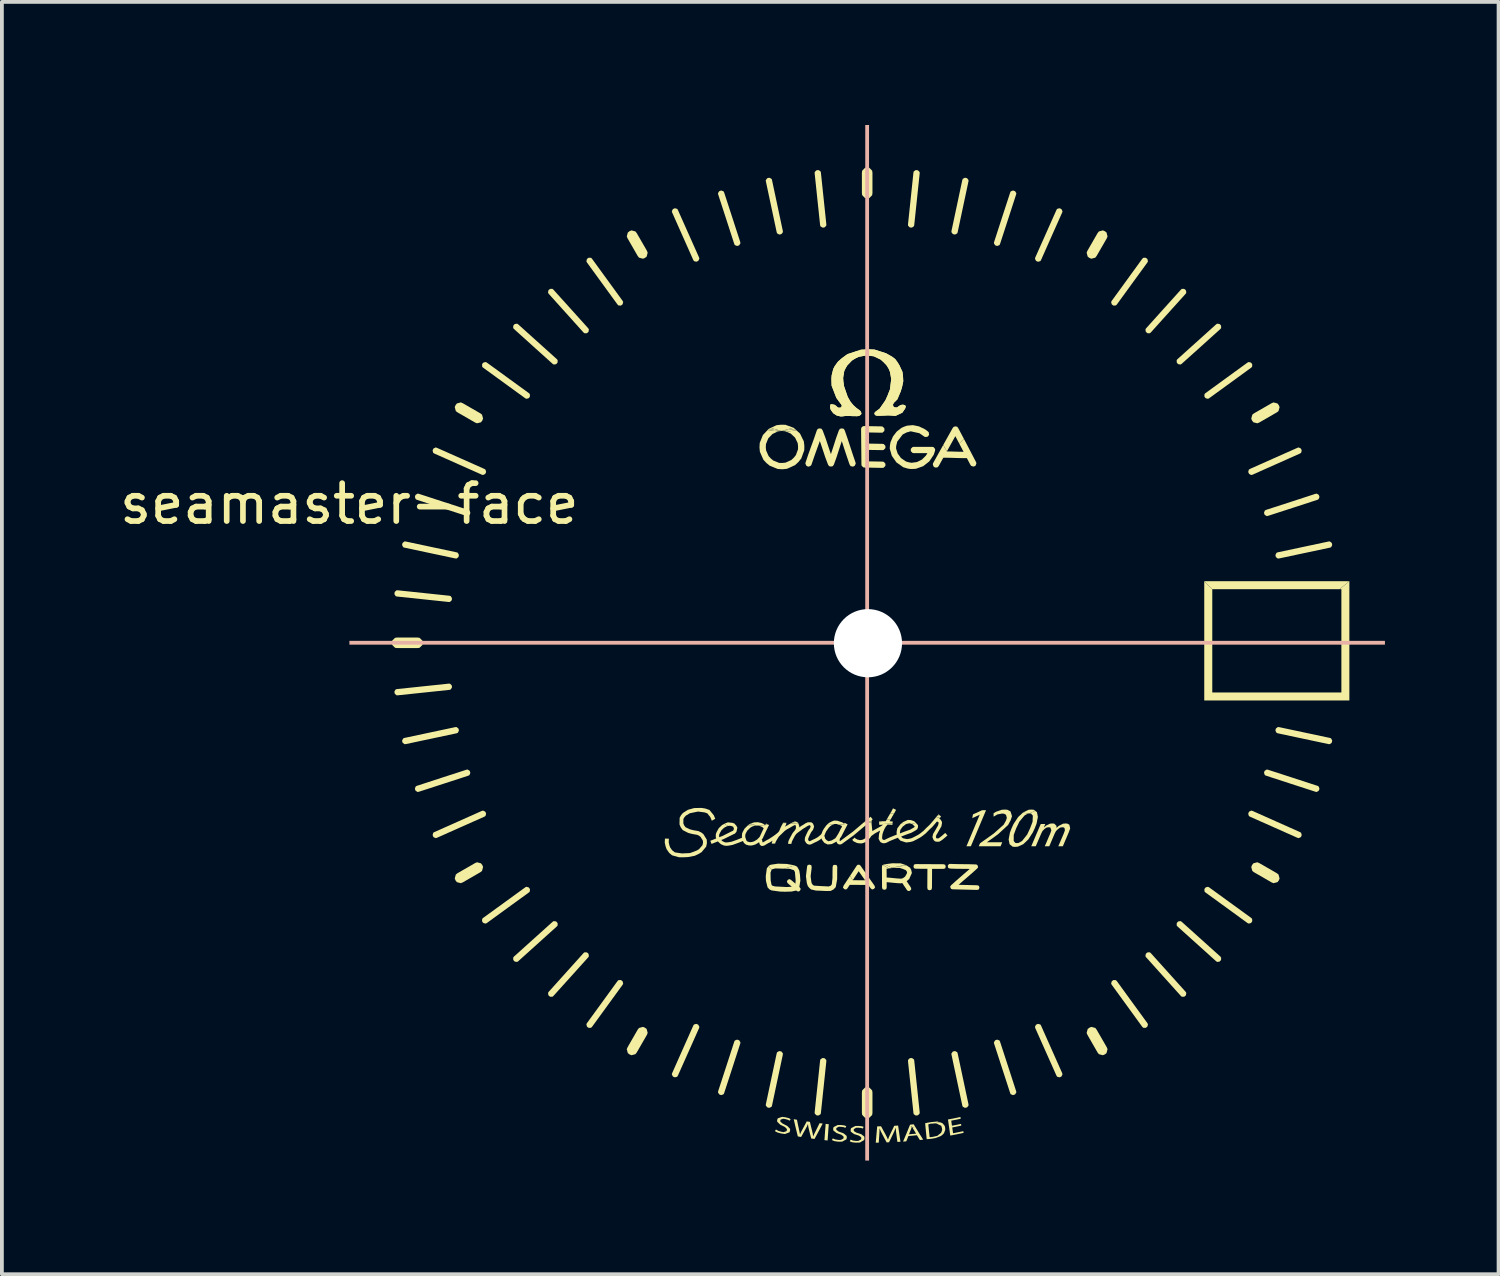
<source format=kicad_pcb>
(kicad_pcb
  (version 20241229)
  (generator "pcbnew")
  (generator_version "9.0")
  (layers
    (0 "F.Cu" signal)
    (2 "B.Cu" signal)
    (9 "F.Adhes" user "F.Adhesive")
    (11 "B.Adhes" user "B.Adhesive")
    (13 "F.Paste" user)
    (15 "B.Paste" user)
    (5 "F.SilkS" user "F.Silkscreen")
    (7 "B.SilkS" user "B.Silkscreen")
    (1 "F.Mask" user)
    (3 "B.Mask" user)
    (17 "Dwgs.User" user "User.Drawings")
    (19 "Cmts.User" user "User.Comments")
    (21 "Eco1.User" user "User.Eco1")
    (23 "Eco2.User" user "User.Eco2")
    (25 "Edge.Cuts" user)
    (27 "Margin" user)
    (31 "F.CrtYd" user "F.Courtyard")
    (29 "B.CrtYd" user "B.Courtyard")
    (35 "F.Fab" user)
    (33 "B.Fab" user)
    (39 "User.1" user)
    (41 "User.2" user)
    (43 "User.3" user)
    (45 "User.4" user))
  (footprint "seamaster-face"
    (layer "F.Cu")
    (at 6.173 0.25)
    (property "Reference" "seamaster-face" (at 0 10 0) (layer "F.SilkS") (effects (font (size 1 1) (thickness 0.15))))
    (attr through_hole)
    (fp_poly (pts (xy 2.625 14.747) (xy 2.625 14.747) (xy 2.625 14.747)) (stroke (width 0) (type solid)) (fill yes) (layer "F.SilkS"))
    (fp_poly (pts (xy 10.737 18.496) (xy 10.699 18.499) (xy 10.737 18.496)) (stroke (width 0) (type solid)) (fill yes) (layer "F.SilkS"))
    (fp_poly (pts (xy 10.737 18.496) (xy 10.737 18.496) (xy 10.739 18.496)) (stroke (width 0) (type solid)) (fill yes) (layer "F.SilkS"))
    (fp_poly (pts (xy 10.747 18.496) (xy 10.737 18.496) (xy 10.747 18.495)) (stroke (width 0) (type solid)) (fill yes) (layer "F.SilkS"))
    (fp_poly (pts (xy 11.401 8.078) (xy 11.316 8.088) (xy 11.393 8.077)) (stroke (width 0) (type solid)) (fill yes) (layer "F.SilkS"))
    (fp_poly (pts (xy 11.41 8.078) (xy 11.401 8.078) (xy 11.406 8.077)) (stroke (width 0) (type solid)) (fill yes) (layer "F.SilkS"))
    (fp_poly (pts (xy 14.24 19.626) (xy 14.209 19.631) (xy 14.238 19.625)) (stroke (width 0) (type solid)) (fill yes) (layer "F.SilkS"))
    (fp_poly (pts (xy 14.24 19.626) (xy 14.238 19.625) (xy 14.26 19.622)) (stroke (width 0) (type solid)) (fill yes) (layer "F.SilkS"))
    (fp_poly (pts (xy 14.341 19.613) (xy 14.24 19.626) (xy 14.327 19.607)) (stroke (width 0) (type solid)) (fill yes) (layer "F.SilkS"))
    (fp_poly (pts (xy 15.569 18.21) (xy 15.541 18.212) (xy 15.553 18.197)) (stroke (width 0) (type solid)) (fill yes) (layer "F.SilkS"))
    (fp_poly (pts (xy 10.672 18.48) (xy 10.521 18.488) (xy 10.531 18.478) (xy 10.571 18.455)) (stroke (width 0) (type solid)) (fill yes) (layer "F.SilkS"))
    (fp_poly (pts (xy 10.967 18.476) (xy 10.976 18.482) (xy 10.747 18.496) (xy 10.747 18.495)) (stroke (width 0) (type solid)) (fill yes) (layer "F.SilkS"))
    (fp_poly (pts (xy 11.316 8.088) (xy 11.041 8.053) (xy 11.066 8.027) (xy 11.393 8.077)) (stroke (width 0) (type solid)) (fill yes) (layer "F.SilkS"))
    (fp_poly (pts (xy 11.402 8.076) (xy 11.406 8.077) (xy 11.401 8.078) (xy 11.393 8.077)) (stroke (width 0) (type solid)) (fill yes) (layer "F.SilkS"))
    (fp_poly (pts (xy 11.728 7.993) (xy 11.764 8.026) (xy 11.418 8.074) (xy 11.722 7.991)) (stroke (width 0) (type solid)) (fill yes) (layer "F.SilkS"))
    (fp_poly (pts (xy 11.794 18.391) (xy 11.809 18.399) (xy 11.704 18.409) (xy 11.755 18.386)) (stroke (width 0) (type solid)) (fill yes) (layer "F.SilkS"))
    (fp_poly (pts (xy 12.183 18.411) (xy 12.079 18.417) (xy 12.081 18.415) (xy 12.104 18.404)) (stroke (width 0) (type solid)) (fill yes) (layer "F.SilkS"))
    (fp_poly (pts (xy 13.786 18.413) (xy 13.589 18.404) (xy 13.594 18.4) (xy 13.788 18.38)) (stroke (width 0) (type solid)) (fill yes) (layer "F.SilkS"))
    (fp_poly (pts (xy 14.671 19.53) (xy 14.707 19.544) (xy 14.333 19.609) (xy 14.327 19.607)) (stroke (width 0) (type solid)) (fill yes) (layer "F.SilkS"))
    (fp_poly (pts (xy 15.581 18.221) (xy 15.531 18.224) (xy 15.541 18.212) (xy 15.569 18.21)) (stroke (width 0) (type solid)) (fill yes) (layer "F.SilkS"))
    (fp_poly (pts (xy 26.139 12.255) (xy 22.78 12.255) (xy 22.568 12.043) (xy 26.399 12.043)) (stroke (width 0) (type solid)) (fill yes) (layer "F.SilkS"))
    (fp_poly (pts (xy 10.739 18.496) (xy 10.737 18.496) (xy 10.571 18.455) (xy 10.598 18.44) (xy 10.747 18.495)) (stroke (width 0) (type solid)) (fill yes) (layer "F.SilkS"))
    (fp_poly (pts (xy 11.055 18.468) (xy 10.982 18.474) (xy 10.983 18.473) (xy 10.991 18.456) (xy 10.999 18.44)) (stroke (width 0) (type solid)) (fill yes) (layer "F.SilkS"))
    (fp_poly (pts (xy 11.066 8.027) (xy 11.071 8.022) (xy 11.124 7.997) (xy 11.402 8.076) (xy 11.393 8.077)) (stroke (width 0) (type solid)) (fill yes) (layer "F.SilkS"))
    (fp_poly (pts (xy 11.074 18.476) (xy 10.979 18.482) (xy 10.981 18.478) (xy 10.982 18.474) (xy 11.055 18.468)) (stroke (width 0) (type solid)) (fill yes) (layer "F.SilkS"))
    (fp_poly (pts (xy 11.494 18.42) (xy 11.538 18.421) (xy 11.537 18.424) (xy 11.444 18.432) (xy 11.449 18.419)) (stroke (width 0) (type solid)) (fill yes) (layer "F.SilkS"))
    (fp_poly (pts (xy 11.532 18.449) (xy 11.433 18.455) (xy 11.44 18.444) (xy 11.444 18.432) (xy 11.537 18.424)) (stroke (width 0) (type solid)) (fill yes) (layer "F.SilkS"))
    (fp_poly (pts (xy 12.17 18.401) (xy 12.198 18.408) (xy 12.204 18.413) (xy 12.104 18.404) (xy 12.113 18.399)) (stroke (width 0) (type solid)) (fill yes) (layer "F.SilkS"))
    (fp_poly (pts (xy 11.124 7.997) (xy 11.276 7.925) (xy 11.393 7.912) (xy 11.512 7.914) (xy 11.722 7.991) (xy 11.406 8.077)) (stroke (width 0) (type solid)) (fill yes) (layer "F.SilkS"))
    (fp_poly (pts (xy 14.26 19.622) (xy 14.238 19.625) (xy 14.084 19.534) (xy 14.108 19.523) (xy 14.127 19.519) (xy 14.327 19.607)) (stroke (width 0) (type solid)) (fill yes) (layer "F.SilkS"))
    (fp_poly (pts (xy 14.392 18.059) (xy 14.432 18.079) (xy 14.386 18.166) (xy 14.277 18.176) (xy 14.306 18.127) (xy 14.352 18.039)) (stroke (width 0) (type solid)) (fill yes) (layer "F.SilkS"))
    (fp_poly (pts (xy 15.597 26.329) (xy 15.378 26.364) (xy 15.376 26.364) (xy 15.283 26.334) (xy 15.367 26.321) (xy 15.522 26.307)) (stroke (width 0) (type solid)) (fill yes) (layer "F.SilkS"))
    (fp_poly (pts (xy 11.846 18.42) (xy 11.85 18.43) (xy 11.638 18.443) (xy 11.644 18.439) (xy 11.688 18.416) (xy 11.704 18.409) (xy 11.809 18.399)) (stroke (width 0) (type solid)) (fill yes) (layer "F.SilkS"))
    (fp_poly (pts (xy 15.587 18.226) (xy 15.621 18.255) (xy 15.613 18.264) (xy 15.468 18.299) (xy 15.485 18.278) (xy 15.531 18.224) (xy 15.581 18.221)) (stroke (width 0) (type solid)) (fill yes) (layer "F.SilkS"))
    (fp_poly (pts (xy 11.418 8.074) (xy 11.764 8.026) (xy 11.8 8.058) (xy 11.539 8.099) (xy 11.501 8.084) (xy 11.419 8.078) (xy 11.41 8.078) (xy 11.406 8.077)) (stroke (width 0) (type solid)) (fill yes) (layer "F.SilkS"))
    (fp_poly (pts (xy 12.614 26.374) (xy 12.655 26.378) (xy 12.64 26.593) (xy 12.625 26.808) (xy 12.584 26.803) (xy 12.542 26.799) (xy 12.557 26.584) (xy 12.574 26.369)) (stroke (width 0) (type solid)) (fill yes) (layer "F.SilkS"))
    (fp_poly (pts (xy 14.127 19.519) (xy 14.155 19.514) (xy 14.224 19.504) (xy 14.331 19.49) (xy 14.551 19.491) (xy 14.662 19.526) (xy 14.671 19.53) (xy 14.327 19.607)) (stroke (width 0) (type solid)) (fill yes) (layer "F.SilkS"))
    (fp_poly (pts (xy 14.937 26.445) (xy 14.867 26.466) (xy 14.852 26.435) (xy 14.85 26.435) (xy 14.789 26.421) (xy 14.802 26.39) (xy 14.85 26.385) (xy 14.898 26.381)) (stroke (width 0) (type solid)) (fill yes) (layer "F.SilkS"))
    (fp_poly (pts (xy 16.407 19.041) (xy 16.29 19.041) (xy 16.641 18.208) (xy 16.638 18.208) (xy 16.444 18.298) (xy 16.462 18.199) (xy 16.705 18.088) (xy 16.808 18.088)) (stroke (width 0) (type solid)) (fill yes) (layer "F.SilkS"))
    (fp_poly (pts (xy 18.069 18.077) (xy 18.104 18.104) (xy 17.946 18.174) (xy 17.912 18.177) (xy 17.783 18.151) (xy 17.793 18.142) (xy 17.933 18.077) (xy 18.003 18.072)) (stroke (width 0) (type solid)) (fill yes) (layer "F.SilkS"))
    (fp_poly (pts (xy 10.598 18.44) (xy 10.601 18.438) (xy 10.684 18.41) (xy 10.732 18.408) (xy 10.78 18.405) (xy 10.867 18.423) (xy 10.931 18.449) (xy 10.967 18.476) (xy 10.747 18.495)) (stroke (width 0) (type solid)) (fill yes) (layer "F.SilkS"))
    (fp_poly (pts (xy 22.78 14.981) (xy 26.188 14.981) (xy 26.188 12.255) (xy 26.139 12.255) (xy 26.399 12.043) (xy 26.399 15.192) (xy 22.568 15.192) (xy 22.568 12.043) (xy 22.78 12.255)) (stroke (width 0) (type solid)) (fill yes) (layer "F.SilkS"))
    (fp_poly (pts (xy 14.383 18.17) (xy 14.334 18.253) (xy 14.311 18.293) (xy 14.293 18.326) (xy 14.184 18.337) (xy 14.212 18.288) (xy 14.234 18.249) (xy 14.258 18.209) (xy 14.277 18.176) (xy 14.386 18.166)) (stroke (width 0) (type solid)) (fill yes) (layer "F.SilkS"))
    (fp_poly (pts (xy 16.045 7.965) (xy 16.073 8.001) (xy 16.223 8.285) (xy 16.099 8.408) (xy 15.997 8.214) (xy 15.773 8.617) (xy 15.677 8.447) (xy 15.927 7.999) (xy 15.954 7.967) (xy 16.001 7.956)) (stroke (width 0) (type solid)) (fill yes) (layer "F.SilkS"))
    (fp_poly (pts (xy 10.107 18.421) (xy 10.161 18.438) (xy 10.22 18.504) (xy 10.097 18.511) (xy 10.081 18.506) (xy 10.06 18.5) (xy 10.039 18.5) (xy 9.991 18.505) (xy 9.901 18.448) (xy 9.925 18.435) (xy 9.993 18.409)) (stroke (width 0) (type solid)) (fill yes) (layer "F.SilkS"))
    (fp_poly (pts (xy 11.547 19.507) (xy 11.747 19.543) (xy 11.755 19.547) (xy 11.472 19.632) (xy 11.242 19.626) (xy 11.149 19.653) (xy 11.062 19.568) (xy 11.069 19.558) (xy 11.069 19.558) (xy 11.123 19.528) (xy 11.316 19.5)) (stroke (width 0) (type solid)) (fill yes) (layer "F.SilkS"))
    (fp_poly (pts (xy 13.473 19.532) (xy 13.494 19.554) (xy 13.685 19.827) (xy 13.613 19.938) (xy 13.445 19.699) (xy 13.289 19.937) (xy 13.217 19.822) (xy 13.392 19.555) (xy 13.412 19.533) (xy 13.442 19.527) (xy 13.444 19.527)) (stroke (width 0) (type solid)) (fill yes) (layer "F.SilkS"))
    (fp_poly (pts (xy 14.29 18.331) (xy 14.275 18.358) (xy 14.261 18.381) (xy 14.305 18.384) (xy 14.345 18.388) (xy 14.339 18.438) (xy 13.984 18.422) (xy 13.98 18.39) (xy 14.063 18.381) (xy 14.159 18.379) (xy 14.183 18.34) (xy 14.184 18.337) (xy 14.293 18.326)) (stroke (width 0) (type solid)) (fill yes) (layer "F.SilkS"))
    (fp_poly (pts (xy 14.822 18.349) (xy 14.908 18.378) (xy 14.955 18.422) (xy 14.955 18.422) (xy 14.842 18.45) (xy 14.805 18.437) (xy 14.793 18.435) (xy 14.781 18.434) (xy 14.696 18.454) (xy 14.559 18.448) (xy 14.584 18.429) (xy 14.621 18.4) (xy 14.743 18.345)) (stroke (width 0) (type solid)) (fill yes) (layer "F.SilkS"))
    (fp_poly (pts (xy 1.853 13.538) (xy 1.929 13.613) (xy 1.937 13.669) (xy 1.929 13.725) (xy 1.853 13.801) (xy 1.797 13.809) (xy 1.262 13.809) (xy 1.206 13.801) (xy 1.13 13.725) (xy 1.122 13.669) (xy 1.13 13.613) (xy 1.206 13.538) (xy 1.262 13.53) (xy 1.797 13.53)) (stroke (width 0) (type solid)) (fill yes) (layer "F.SilkS"))
    (fp_poly (pts (xy 2.994 7.345) (xy 3.458 7.612) (xy 3.502 7.647) (xy 3.53 7.751) (xy 3.509 7.803) (xy 3.474 7.848) (xy 3.37 7.875) (xy 3.318 7.854) (xy 2.854 7.586) (xy 2.81 7.552) (xy 2.782 7.448) (xy 2.803 7.396) (xy 2.838 7.351) (xy 2.941 7.323)) (stroke (width 0) (type solid)) (fill yes) (layer "F.SilkS"))
    (fp_poly (pts (xy 3.474 19.491) (xy 3.509 19.536) (xy 3.53 19.588) (xy 3.502 19.692) (xy 3.458 19.726) (xy 2.994 19.994) (xy 2.941 20.015) (xy 2.838 19.988) (xy 2.803 19.943) (xy 2.782 19.891) (xy 2.81 19.787) (xy 2.854 19.752) (xy 3.318 19.485) (xy 3.37 19.463)) (stroke (width 0) (type solid)) (fill yes) (layer "F.SilkS"))
    (fp_poly (pts (xy 7.552 2.81) (xy 7.586 2.854) (xy 7.854 3.318) (xy 7.875 3.37) (xy 7.848 3.474) (xy 7.803 3.509) (xy 7.751 3.53) (xy 7.647 3.502) (xy 7.612 3.458) (xy 7.345 2.994) (xy 7.323 2.941) (xy 7.351 2.838) (xy 7.396 2.803) (xy 7.448 2.782)) (stroke (width 0) (type solid)) (fill yes) (layer "F.SilkS"))
    (fp_poly (pts (xy 7.803 23.83) (xy 7.848 23.865) (xy 7.875 23.968) (xy 7.854 24.021) (xy 7.586 24.485) (xy 7.552 24.529) (xy 7.448 24.557) (xy 7.396 24.536) (xy 7.351 24.501) (xy 7.323 24.397) (xy 7.345 24.345) (xy 7.612 23.881) (xy 7.647 23.837) (xy 7.751 23.809)) (stroke (width 0) (type solid)) (fill yes) (layer "F.SilkS"))
    (fp_poly (pts (xy 13.725 1.13) (xy 13.801 1.206) (xy 13.809 1.262) (xy 13.809 1.797) (xy 13.801 1.853) (xy 13.725 1.929) (xy 13.669 1.937) (xy 13.613 1.929) (xy 13.538 1.853) (xy 13.53 1.797) (xy 13.53 1.262) (xy 13.538 1.206) (xy 13.613 1.13) (xy 13.669 1.122)) (stroke (width 0) (type solid)) (fill yes) (layer "F.SilkS"))
    (fp_poly (pts (xy 13.725 25.41) (xy 13.801 25.486) (xy 13.809 25.542) (xy 13.809 26.077) (xy 13.801 26.133) (xy 13.725 26.209) (xy 13.669 26.217) (xy 13.613 26.209) (xy 13.538 26.133) (xy 13.53 26.077) (xy 13.53 25.542) (xy 13.538 25.486) (xy 13.613 25.41) (xy 13.669 25.402)) (stroke (width 0) (type solid)) (fill yes) (layer "F.SilkS"))
    (fp_poly (pts (xy 19.692 23.837) (xy 19.726 23.881) (xy 19.994 24.345) (xy 20.015 24.397) (xy 19.988 24.501) (xy 19.943 24.536) (xy 19.891 24.557) (xy 19.787 24.529) (xy 19.752 24.485) (xy 19.485 24.021) (xy 19.463 23.968) (xy 19.491 23.865) (xy 19.536 23.83) (xy 19.588 23.809)) (stroke (width 0) (type solid)) (fill yes) (layer "F.SilkS"))
    (fp_poly (pts (xy 19.943 2.803) (xy 19.988 2.838) (xy 20.015 2.941) (xy 19.994 2.994) (xy 19.726 3.458) (xy 19.692 3.502) (xy 19.588 3.53) (xy 19.536 3.509) (xy 19.491 3.474) (xy 19.463 3.37) (xy 19.485 3.318) (xy 19.752 2.854) (xy 19.787 2.81) (xy 19.891 2.782)) (stroke (width 0) (type solid)) (fill yes) (layer "F.SilkS"))
    (fp_poly (pts (xy 24.021 19.485) (xy 24.485 19.752) (xy 24.529 19.787) (xy 24.557 19.891) (xy 24.536 19.943) (xy 24.501 19.988) (xy 24.397 20.015) (xy 24.345 19.994) (xy 23.881 19.726) (xy 23.837 19.692) (xy 23.809 19.588) (xy 23.83 19.536) (xy 23.865 19.491) (xy 23.968 19.463)) (stroke (width 0) (type solid)) (fill yes) (layer "F.SilkS"))
    (fp_poly (pts (xy 24.501 7.351) (xy 24.536 7.396) (xy 24.557 7.448) (xy 24.529 7.552) (xy 24.485 7.586) (xy 24.021 7.854) (xy 23.968 7.875) (xy 23.865 7.848) (xy 23.83 7.803) (xy 23.809 7.751) (xy 23.837 7.647) (xy 23.881 7.612) (xy 24.345 7.345) (xy 24.397 7.323)) (stroke (width 0) (type solid)) (fill yes) (layer "F.SilkS"))
    (fp_poly (pts (xy 5.455 21.024) (xy 5.478 21.045) (xy 5.497 21.07) (xy 5.498 21.131) (xy 5.478 21.156) (xy 4.456 22.077) (xy 4.429 22.094) (xy 4.369 22.086) (xy 4.345 22.065) (xy 4.327 22.039) (xy 4.325 21.979) (xy 4.345 21.953) (xy 4.856 21.493) (xy 5.367 21.033) (xy 5.394 21.016)) (stroke (width 0) (type solid)) (fill yes) (layer "F.SilkS"))
    (fp_poly (pts (xy 21.156 21.86) (xy 22.077 22.883) (xy 22.094 22.91) (xy 22.086 22.97) (xy 22.065 22.994) (xy 22.039 23.012) (xy 21.979 23.014) (xy 21.953 22.994) (xy 21.493 22.483) (xy 21.033 21.971) (xy 21.015 21.945) (xy 21.024 21.884) (xy 21.045 21.86) (xy 21.07 21.842) (xy 21.131 21.84)) (stroke (width 0) (type solid)) (fill yes) (layer "F.SilkS"))
    (fp_poly (pts (xy 21.971 21.033) (xy 22.483 21.493) (xy 22.994 21.953) (xy 23.014 21.979) (xy 23.012 22.039) (xy 22.994 22.065) (xy 22.97 22.086) (xy 22.91 22.094) (xy 22.883 22.077) (xy 21.86 21.156) (xy 21.84 21.131) (xy 21.842 21.07) (xy 21.86 21.045) (xy 21.884 21.024) (xy 21.945 21.016)) (stroke (width 0) (type solid)) (fill yes) (layer "F.SilkS"))
    (fp_poly (pts (xy 22.039 4.327) (xy 22.065 4.345) (xy 22.086 4.369) (xy 22.094 4.429) (xy 22.077 4.456) (xy 21.156 5.478) (xy 21.131 5.498) (xy 21.07 5.497) (xy 21.045 5.478) (xy 21.024 5.455) (xy 21.016 5.394) (xy 21.033 5.367) (xy 21.493 4.856) (xy 21.953 4.345) (xy 21.979 4.325)) (stroke (width 0) (type solid)) (fill yes) (layer "F.SilkS"))
    (fp_poly (pts (xy 1.487 10.995) (xy 2.159 11.138) (xy 2.832 11.281) (xy 2.862 11.293) (xy 2.891 11.346) (xy 2.888 11.378) (xy 2.878 11.408) (xy 2.83 11.445) (xy 2.798 11.443) (xy 2.125 11.3) (xy 1.452 11.157) (xy 1.422 11.146) (xy 1.393 11.092) (xy 1.396 11.061) (xy 1.406 11.031) (xy 1.455 10.993)) (stroke (width 0) (type solid)) (fill yes) (layer "F.SilkS"))
    (fp_poly (pts (xy 1.833 9.736) (xy 2.487 9.949) (xy 3.141 10.161) (xy 3.17 10.176) (xy 3.193 10.232) (xy 3.187 10.263) (xy 3.174 10.292) (xy 3.122 10.324) (xy 3.09 10.319) (xy 2.436 10.107) (xy 1.782 9.894) (xy 1.753 9.879) (xy 1.73 9.823) (xy 1.736 9.792) (xy 1.749 9.763) (xy 1.801 9.731)) (stroke (width 0) (type solid)) (fill yes) (layer "F.SilkS"))
    (fp_poly (pts (xy 2.657 14.749) (xy 2.701 14.791) (xy 2.708 14.822) (xy 2.707 14.853) (xy 2.673 14.903) (xy 2.642 14.912) (xy 1.958 14.984) (xy 1.274 15.056) (xy 1.242 15.054) (xy 1.198 15.012) (xy 1.191 14.981) (xy 1.191 14.949) (xy 1.225 14.899) (xy 1.257 14.891) (xy 1.941 14.819) (xy 2.625 14.747)) (stroke (width 0) (type solid)) (fill yes) (layer "F.SilkS"))
    (fp_poly (pts (xy 2.878 15.931) (xy 2.888 15.961) (xy 2.891 15.992) (xy 2.862 16.046) (xy 2.832 16.058) (xy 2.159 16.201) (xy 1.487 16.344) (xy 1.455 16.345) (xy 1.406 16.308) (xy 1.396 16.278) (xy 1.393 16.247) (xy 1.422 16.193) (xy 1.452 16.181) (xy 2.125 16.038) (xy 2.798 15.895) (xy 2.83 15.894)) (stroke (width 0) (type solid)) (fill yes) (layer "F.SilkS"))
    (fp_poly (pts (xy 3.174 17.047) (xy 3.187 17.075) (xy 3.193 17.106) (xy 3.17 17.163) (xy 3.141 17.177) (xy 2.487 17.39) (xy 1.833 17.602) (xy 1.801 17.608) (xy 1.749 17.575) (xy 1.736 17.547) (xy 1.73 17.516) (xy 1.753 17.459) (xy 1.782 17.445) (xy 2.436 17.232) (xy 3.09 17.02) (xy 3.122 17.015)) (stroke (width 0) (type solid)) (fill yes) (layer "F.SilkS"))
    (fp_poly (pts (xy 4.456 5.262) (xy 5.478 6.182) (xy 5.478 6.182) (xy 5.498 6.208) (xy 5.497 6.268) (xy 5.478 6.294) (xy 5.455 6.315) (xy 5.394 6.323) (xy 5.367 6.306) (xy 4.856 5.846) (xy 4.345 5.385) (xy 4.325 5.36) (xy 4.327 5.299) (xy 4.345 5.274) (xy 4.369 5.253) (xy 4.429 5.245)) (stroke (width 0) (type solid)) (fill yes) (layer "F.SilkS"))
    (fp_poly (pts (xy 5.385 4.345) (xy 5.846 4.856) (xy 6.306 5.367) (xy 6.306 5.367) (xy 6.323 5.394) (xy 6.315 5.455) (xy 6.294 5.478) (xy 6.268 5.497) (xy 6.208 5.498) (xy 6.182 5.478) (xy 5.262 4.456) (xy 5.245 4.429) (xy 5.253 4.369) (xy 5.274 4.345) (xy 5.299 4.327) (xy 5.36 4.325)) (stroke (width 0) (type solid)) (fill yes) (layer "F.SilkS"))
    (fp_poly (pts (xy 6.268 21.842) (xy 6.294 21.86) (xy 6.315 21.884) (xy 6.323 21.945) (xy 6.306 21.972) (xy 5.846 22.483) (xy 5.385 22.994) (xy 5.36 23.014) (xy 5.299 23.012) (xy 5.274 22.994) (xy 5.253 22.97) (xy 5.245 22.91) (xy 5.262 22.883) (xy 6.182 21.86) (xy 6.182 21.86) (xy 6.208 21.84)) (stroke (width 0) (type solid)) (fill yes) (layer "F.SilkS"))
    (fp_poly (pts (xy 7.191 22.587) (xy 7.214 22.608) (xy 7.228 22.667) (xy 7.214 22.696) (xy 6.81 23.252) (xy 6.405 23.809) (xy 6.383 23.831) (xy 6.322 23.836) (xy 6.294 23.82) (xy 6.271 23.799) (xy 6.257 23.74) (xy 6.271 23.711) (xy 6.675 23.155) (xy 7.08 22.598) (xy 7.102 22.576) (xy 7.163 22.571)) (stroke (width 0) (type solid)) (fill yes) (layer "F.SilkS"))
    (fp_poly (pts (xy 9.186 23.739) (xy 9.213 23.755) (xy 9.24 23.81) (xy 9.232 23.841) (xy 8.952 24.469) (xy 8.672 25.097) (xy 8.655 25.124) (xy 8.596 25.141) (xy 8.566 25.132) (xy 8.539 25.116) (xy 8.512 25.061) (xy 8.521 25.03) (xy 8.8 24.401) (xy 9.08 23.773) (xy 9.098 23.746) (xy 9.156 23.729)) (stroke (width 0) (type solid)) (fill yes) (layer "F.SilkS"))
    (fp_poly (pts (xy 9.879 1.753) (xy 9.894 1.782) (xy 10.107 2.436) (xy 10.319 3.09) (xy 10.324 3.122) (xy 10.292 3.174) (xy 10.263 3.187) (xy 10.232 3.193) (xy 10.176 3.17) (xy 10.161 3.141) (xy 9.949 2.487) (xy 9.736 1.833) (xy 9.731 1.801) (xy 9.763 1.749) (xy 9.792 1.736) (xy 9.823 1.73)) (stroke (width 0) (type solid)) (fill yes) (layer "F.SilkS"))
    (fp_poly (pts (xy 10.263 24.152) (xy 10.292 24.165) (xy 10.324 24.217) (xy 10.319 24.249) (xy 10.107 24.903) (xy 9.894 25.557) (xy 9.879 25.586) (xy 9.823 25.609) (xy 9.792 25.603) (xy 9.763 25.589) (xy 9.731 25.538) (xy 9.736 25.506) (xy 9.949 24.852) (xy 10.161 24.198) (xy 10.176 24.169) (xy 10.232 24.146)) (stroke (width 0) (type solid)) (fill yes) (layer "F.SilkS"))
    (fp_poly (pts (xy 11.146 1.422) (xy 11.157 1.452) (xy 11.3 2.125) (xy 11.443 2.798) (xy 11.445 2.83) (xy 11.408 2.878) (xy 11.378 2.888) (xy 11.346 2.891) (xy 11.293 2.862) (xy 11.281 2.832) (xy 11.138 2.159) (xy 10.995 1.487) (xy 10.993 1.455) (xy 11.031 1.406) (xy 11.061 1.396) (xy 11.092 1.393)) (stroke (width 0) (type solid)) (fill yes) (layer "F.SilkS"))
    (fp_poly (pts (xy 11.378 24.451) (xy 11.408 24.461) (xy 11.445 24.509) (xy 11.443 24.541) (xy 11.3 25.214) (xy 11.157 25.887) (xy 11.146 25.917) (xy 11.092 25.945) (xy 11.061 25.942) (xy 11.031 25.932) (xy 10.993 25.884) (xy 10.995 25.852) (xy 11.138 25.179) (xy 11.281 24.507) (xy 11.293 24.477) (xy 11.346 24.448)) (stroke (width 0) (type solid)) (fill yes) (layer "F.SilkS"))
    (fp_poly (pts (xy 12.389 1.191) (xy 12.44 1.225) (xy 12.448 1.257) (xy 12.52 1.941) (xy 12.592 2.625) (xy 12.59 2.657) (xy 12.548 2.701) (xy 12.517 2.708) (xy 12.486 2.707) (xy 12.435 2.673) (xy 12.427 2.642) (xy 12.355 1.958) (xy 12.283 1.274) (xy 12.285 1.242) (xy 12.327 1.198) (xy 12.358 1.191)) (stroke (width 0) (type solid)) (fill yes) (layer "F.SilkS"))
    (fp_poly (pts (xy 12.548 24.638) (xy 12.59 24.682) (xy 12.592 24.714) (xy 12.52 25.398) (xy 12.448 26.082) (xy 12.44 26.113) (xy 12.389 26.148) (xy 12.358 26.148) (xy 12.327 26.141) (xy 12.285 26.097) (xy 12.283 26.065) (xy 12.355 25.381) (xy 12.427 24.697) (xy 12.435 24.666) (xy 12.486 24.632) (xy 12.517 24.631)) (stroke (width 0) (type solid)) (fill yes) (layer "F.SilkS"))
    (fp_poly (pts (xy 14.853 24.632) (xy 14.903 24.666) (xy 14.912 24.697) (xy 14.984 25.381) (xy 15.056 26.065) (xy 15.054 26.097) (xy 15.012 26.141) (xy 14.981 26.148) (xy 14.949 26.148) (xy 14.899 26.113) (xy 14.891 26.082) (xy 14.819 25.398) (xy 14.747 24.714) (xy 14.749 24.682) (xy 14.791 24.638) (xy 14.822 24.631)) (stroke (width 0) (type solid)) (fill yes) (layer "F.SilkS"))
    (fp_poly (pts (xy 16.046 24.477) (xy 16.058 24.507) (xy 16.201 25.179) (xy 16.344 25.852) (xy 16.345 25.884) (xy 16.308 25.932) (xy 16.278 25.942) (xy 16.247 25.945) (xy 16.193 25.917) (xy 16.181 25.887) (xy 16.038 25.214) (xy 15.895 24.541) (xy 15.894 24.509) (xy 15.931 24.461) (xy 15.961 24.451) (xy 15.992 24.448)) (stroke (width 0) (type solid)) (fill yes) (layer "F.SilkS"))
    (fp_poly (pts (xy 16.278 1.396) (xy 16.308 1.406) (xy 16.345 1.455) (xy 16.344 1.487) (xy 16.201 2.159) (xy 16.058 2.832) (xy 16.046 2.862) (xy 15.992 2.891) (xy 15.961 2.888) (xy 15.931 2.878) (xy 15.894 2.83) (xy 15.895 2.798) (xy 16.038 2.125) (xy 16.181 1.452) (xy 16.193 1.422) (xy 16.247 1.393)) (stroke (width 0) (type solid)) (fill yes) (layer "F.SilkS"))
    (fp_poly (pts (xy 17.163 24.169) (xy 17.177 24.198) (xy 17.39 24.852) (xy 17.602 25.506) (xy 17.608 25.538) (xy 17.575 25.589) (xy 17.547 25.603) (xy 17.516 25.609) (xy 17.459 25.586) (xy 17.445 25.557) (xy 17.232 24.903) (xy 17.02 24.249) (xy 17.015 24.217) (xy 17.047 24.165) (xy 17.075 24.152) (xy 17.106 24.146)) (stroke (width 0) (type solid)) (fill yes) (layer "F.SilkS"))
    (fp_poly (pts (xy 17.547 1.736) (xy 17.575 1.749) (xy 17.608 1.801) (xy 17.602 1.833) (xy 17.39 2.487) (xy 17.177 3.141) (xy 17.163 3.17) (xy 17.106 3.193) (xy 17.075 3.187) (xy 17.047 3.174) (xy 17.015 3.122) (xy 17.02 3.09) (xy 17.232 2.436) (xy 17.445 1.782) (xy 17.459 1.753) (xy 17.516 1.73)) (stroke (width 0) (type solid)) (fill yes) (layer "F.SilkS"))
    (fp_poly (pts (xy 18.241 23.746) (xy 18.259 23.773) (xy 18.538 24.401) (xy 18.818 25.03) (xy 18.826 25.061) (xy 18.8 25.116) (xy 18.773 25.132) (xy 18.743 25.141) (xy 18.684 25.124) (xy 18.667 25.097) (xy 18.387 24.469) (xy 18.107 23.841) (xy 18.099 23.809) (xy 18.125 23.755) (xy 18.152 23.739) (xy 18.183 23.729)) (stroke (width 0) (type solid)) (fill yes) (layer "F.SilkS"))
    (fp_poly (pts (xy 20.236 22.576) (xy 20.259 22.598) (xy 20.663 23.155) (xy 21.068 23.711) (xy 21.082 23.74) (xy 21.068 23.799) (xy 21.044 23.82) (xy 21.017 23.836) (xy 20.956 23.831) (xy 20.933 23.809) (xy 20.529 23.252) (xy 20.125 22.696) (xy 20.11 22.667) (xy 20.125 22.608) (xy 20.148 22.587) (xy 20.176 22.571)) (stroke (width 0) (type solid)) (fill yes) (layer "F.SilkS"))
    (fp_poly (pts (xy 22.696 20.125) (xy 23.252 20.529) (xy 23.809 20.933) (xy 23.831 20.956) (xy 23.836 21.017) (xy 23.82 21.045) (xy 23.799 21.068) (xy 23.74 21.082) (xy 23.711 21.068) (xy 23.155 20.663) (xy 22.598 20.259) (xy 22.576 20.236) (xy 22.571 20.176) (xy 22.587 20.148) (xy 22.608 20.125) (xy 22.667 20.11)) (stroke (width 0) (type solid)) (fill yes) (layer "F.SilkS"))
    (fp_poly (pts (xy 22.97 5.253) (xy 22.994 5.274) (xy 23.012 5.299) (xy 23.014 5.36) (xy 22.994 5.385) (xy 22.483 5.846) (xy 21.971 6.306) (xy 21.971 6.306) (xy 21.945 6.323) (xy 21.884 6.315) (xy 21.86 6.294) (xy 21.842 6.268) (xy 21.84 6.208) (xy 21.86 6.182) (xy 22.883 5.262) (xy 22.91 5.245)) (stroke (width 0) (type solid)) (fill yes) (layer "F.SilkS"))
    (fp_poly (pts (xy 23.799 6.271) (xy 23.82 6.294) (xy 23.836 6.322) (xy 23.831 6.383) (xy 23.809 6.405) (xy 23.252 6.81) (xy 22.696 7.214) (xy 22.667 7.228) (xy 22.608 7.214) (xy 22.587 7.191) (xy 22.571 7.163) (xy 22.576 7.102) (xy 22.598 7.08) (xy 23.155 6.675) (xy 23.711 6.271) (xy 23.74 6.257)) (stroke (width 0) (type solid)) (fill yes) (layer "F.SilkS"))
    (fp_poly (pts (xy 23.841 18.107) (xy 24.469 18.387) (xy 25.097 18.667) (xy 25.124 18.684) (xy 25.141 18.743) (xy 25.132 18.773) (xy 25.116 18.8) (xy 25.061 18.826) (xy 25.03 18.818) (xy 24.401 18.538) (xy 23.773 18.259) (xy 23.746 18.241) (xy 23.729 18.183) (xy 23.739 18.152) (xy 23.755 18.125) (xy 23.81 18.099)) (stroke (width 0) (type solid)) (fill yes) (layer "F.SilkS"))
    (fp_poly (pts (xy 24.249 17.02) (xy 24.903 17.232) (xy 25.557 17.445) (xy 25.586 17.459) (xy 25.609 17.516) (xy 25.603 17.547) (xy 25.589 17.575) (xy 25.538 17.608) (xy 25.506 17.602) (xy 24.852 17.39) (xy 24.198 17.177) (xy 24.169 17.163) (xy 24.146 17.106) (xy 24.152 17.075) (xy 24.165 17.047) (xy 24.217 17.015)) (stroke (width 0) (type solid)) (fill yes) (layer "F.SilkS"))
    (fp_poly (pts (xy 24.541 15.895) (xy 25.214 16.038) (xy 25.887 16.181) (xy 25.917 16.193) (xy 25.945 16.247) (xy 25.942 16.278) (xy 25.932 16.308) (xy 25.884 16.345) (xy 25.852 16.344) (xy 25.179 16.201) (xy 24.507 16.058) (xy 24.477 16.046) (xy 24.448 15.992) (xy 24.451 15.961) (xy 24.461 15.931) (xy 24.509 15.894)) (stroke (width 0) (type solid)) (fill yes) (layer "F.SilkS"))
    (fp_poly (pts (xy 25.116 8.539) (xy 25.132 8.566) (xy 25.141 8.596) (xy 25.124 8.655) (xy 25.097 8.672) (xy 24.469 8.952) (xy 23.841 9.232) (xy 23.809 9.24) (xy 23.755 9.213) (xy 23.739 9.186) (xy 23.729 9.156) (xy 23.746 9.098) (xy 23.773 9.08) (xy 24.401 8.8) (xy 25.03 8.521) (xy 25.061 8.512)) (stroke (width 0) (type solid)) (fill yes) (layer "F.SilkS"))
    (fp_poly (pts (xy 25.589 9.763) (xy 25.603 9.792) (xy 25.609 9.823) (xy 25.586 9.879) (xy 25.557 9.894) (xy 24.903 10.107) (xy 24.249 10.319) (xy 24.217 10.324) (xy 24.165 10.292) (xy 24.152 10.263) (xy 24.146 10.232) (xy 24.169 10.176) (xy 24.198 10.161) (xy 24.852 9.949) (xy 25.506 9.736) (xy 25.538 9.731)) (stroke (width 0) (type solid)) (fill yes) (layer "F.SilkS"))
    (fp_poly (pts (xy 25.932 11.031) (xy 25.942 11.061) (xy 25.945 11.092) (xy 25.917 11.146) (xy 25.887 11.157) (xy 25.214 11.3) (xy 24.541 11.443) (xy 24.509 11.445) (xy 24.461 11.408) (xy 24.451 11.378) (xy 24.448 11.346) (xy 24.477 11.293) (xy 24.507 11.281) (xy 25.179 11.138) (xy 25.852 10.995) (xy 25.884 10.993)) (stroke (width 0) (type solid)) (fill yes) (layer "F.SilkS"))
    (fp_poly (pts (xy 1.958 12.355) (xy 2.642 12.427) (xy 2.642 12.427) (xy 2.673 12.435) (xy 2.707 12.486) (xy 2.708 12.517) (xy 2.701 12.548) (xy 2.657 12.59) (xy 2.625 12.592) (xy 1.941 12.52) (xy 1.257 12.448) (xy 1.225 12.44) (xy 1.191 12.389) (xy 1.191 12.358) (xy 1.198 12.327) (xy 1.242 12.285) (xy 1.274 12.283)) (stroke (width 0) (type solid)) (fill yes) (layer "F.SilkS"))
    (fp_poly (pts (xy 2.309 8.521) (xy 2.937 8.8) (xy 3.566 9.08) (xy 3.566 9.08) (xy 3.593 9.098) (xy 3.61 9.156) (xy 3.6 9.186) (xy 3.584 9.213) (xy 3.529 9.24) (xy 3.498 9.232) (xy 2.87 8.952) (xy 2.241 8.672) (xy 2.214 8.655) (xy 2.197 8.596) (xy 2.207 8.566) (xy 2.223 8.539) (xy 2.278 8.512)) (stroke (width 0) (type solid)) (fill yes) (layer "F.SilkS"))
    (fp_poly (pts (xy 3.584 18.125) (xy 3.6 18.152) (xy 3.61 18.183) (xy 3.593 18.241) (xy 3.566 18.259) (xy 2.937 18.538) (xy 2.309 18.818) (xy 2.278 18.826) (xy 2.223 18.8) (xy 2.207 18.773) (xy 2.198 18.743) (xy 2.214 18.684) (xy 2.241 18.667) (xy 2.87 18.387) (xy 3.498 18.107) (xy 3.498 18.107) (xy 3.529 18.099)) (stroke (width 0) (type solid)) (fill yes) (layer "F.SilkS"))
    (fp_poly (pts (xy 3.628 6.271) (xy 4.184 6.675) (xy 4.741 7.08) (xy 4.741 7.08) (xy 4.763 7.102) (xy 4.768 7.163) (xy 4.752 7.191) (xy 4.731 7.214) (xy 4.672 7.228) (xy 4.643 7.214) (xy 4.087 6.81) (xy 3.53 6.405) (xy 3.507 6.383) (xy 3.503 6.322) (xy 3.518 6.294) (xy 3.54 6.271) (xy 3.599 6.257)) (stroke (width 0) (type solid)) (fill yes) (layer "F.SilkS"))
    (fp_poly (pts (xy 4.731 20.125) (xy 4.752 20.148) (xy 4.768 20.176) (xy 4.763 20.236) (xy 4.741 20.259) (xy 4.184 20.663) (xy 3.628 21.068) (xy 3.599 21.082) (xy 3.54 21.068) (xy 3.518 21.045) (xy 3.503 21.017) (xy 3.507 20.956) (xy 3.53 20.933) (xy 4.087 20.529) (xy 4.643 20.125) (xy 4.643 20.125) (xy 4.672 20.11)) (stroke (width 0) (type solid)) (fill yes) (layer "F.SilkS"))
    (fp_poly (pts (xy 6.383 3.507) (xy 6.405 3.53) (xy 6.81 4.087) (xy 7.214 4.643) (xy 7.214 4.643) (xy 7.228 4.672) (xy 7.214 4.731) (xy 7.191 4.752) (xy 7.163 4.768) (xy 7.102 4.763) (xy 7.08 4.741) (xy 6.675 4.184) (xy 6.271 3.628) (xy 6.257 3.599) (xy 6.271 3.54) (xy 6.294 3.518) (xy 6.322 3.503)) (stroke (width 0) (type solid)) (fill yes) (layer "F.SilkS"))
    (fp_poly (pts (xy 8.655 2.215) (xy 8.672 2.241) (xy 8.952 2.87) (xy 9.232 3.498) (xy 9.232 3.498) (xy 9.24 3.529) (xy 9.213 3.584) (xy 9.186 3.6) (xy 9.156 3.61) (xy 9.098 3.593) (xy 9.08 3.566) (xy 8.8 2.937) (xy 8.521 2.309) (xy 8.512 2.278) (xy 8.539 2.223) (xy 8.566 2.207) (xy 8.596 2.198)) (stroke (width 0) (type solid)) (fill yes) (layer "F.SilkS"))
    (fp_poly (pts (xy 15.012 1.198) (xy 15.054 1.242) (xy 15.056 1.274) (xy 14.984 1.958) (xy 14.912 2.642) (xy 14.912 2.642) (xy 14.903 2.673) (xy 14.853 2.707) (xy 14.822 2.708) (xy 14.791 2.701) (xy 14.749 2.657) (xy 14.747 2.625) (xy 14.819 1.941) (xy 14.891 1.257) (xy 14.899 1.225) (xy 14.949 1.191) (xy 14.981 1.191)) (stroke (width 0) (type solid)) (fill yes) (layer "F.SilkS"))
    (fp_poly (pts (xy 15.682 19.515) (xy 15.729 19.529) (xy 15.743 19.577) (xy 15.729 19.625) (xy 15.681 19.638) (xy 15.383 19.637) (xy 15.38 20.141) (xy 15.366 20.188) (xy 15.318 20.202) (xy 15.271 20.188) (xy 15.257 20.14) (xy 15.26 19.636) (xy 14.953 19.634) (xy 14.905 19.62) (xy 14.892 19.572) (xy 14.906 19.524) (xy 14.954 19.511)) (stroke (width 0) (type solid)) (fill yes) (layer "F.SilkS"))
    (fp_poly (pts (xy 18.773 2.207) (xy 18.8 2.223) (xy 18.826 2.278) (xy 18.818 2.309) (xy 18.538 2.937) (xy 18.259 3.566) (xy 18.259 3.566) (xy 18.241 3.593) (xy 18.183 3.61) (xy 18.152 3.6) (xy 18.125 3.584) (xy 18.099 3.529) (xy 18.107 3.498) (xy 18.387 2.87) (xy 18.667 2.241) (xy 18.684 2.214) (xy 18.743 2.198)) (stroke (width 0) (type solid)) (fill yes) (layer "F.SilkS"))
    (fp_poly (pts (xy 21.044 3.518) (xy 21.068 3.54) (xy 21.082 3.599) (xy 21.068 3.628) (xy 20.663 4.184) (xy 20.259 4.741) (xy 20.259 4.741) (xy 20.236 4.763) (xy 20.176 4.768) (xy 20.148 4.752) (xy 20.125 4.731) (xy 20.11 4.672) (xy 20.125 4.643) (xy 20.529 4.087) (xy 20.933 3.53) (xy 20.956 3.507) (xy 21.017 3.503)) (stroke (width 0) (type solid)) (fill yes) (layer "F.SilkS"))
    (fp_poly (pts (xy 13.289 19.937) (xy 13.613 19.938) (xy 13.685 19.827) (xy 13.863 20.08) (xy 13.879 20.127) (xy 13.848 20.166) (xy 13.8 20.182) (xy 13.761 20.151) (xy 13.699 20.062) (xy 13.209 20.059) (xy 13.148 20.152) (xy 13.127 20.175) (xy 13.096 20.18) (xy 13.079 20.178) (xy 13.063 20.169) (xy 13.03 20.132) (xy 13.045 20.084) (xy 13.217 19.822)) (stroke (width 0) (type solid)) (fill yes) (layer "F.SilkS"))
    (fp_poly (pts (xy 13.787 18.295) (xy 13.816 18.329) (xy 13.806 18.337) (xy 13.797 18.345) (xy 13.793 18.348) (xy 13.79 18.351) (xy 13.788 18.38) (xy 13.594 18.4) (xy 13.678 18.329) (xy 13.694 18.316) (xy 13.708 18.304) (xy 13.708 18.303) (xy 13.709 18.302) (xy 13.709 18.302) (xy 13.71 18.302) (xy 13.727 18.288) (xy 13.74 18.277) (xy 13.75 18.269) (xy 13.759 18.261)) (stroke (width 0) (type solid)) (fill yes) (layer "F.SilkS"))
    (fp_poly (pts (xy 12.849 18.364) (xy 12.85 18.364) (xy 12.852 18.364) (xy 12.883 18.366) (xy 12.962 18.393) (xy 12.968 18.395) (xy 12.974 18.397) (xy 13.028 18.418) (xy 13.06 18.446) (xy 13.067 18.434) (xy 13.074 18.421) (xy 13.13 18.45) (xy 12.92 18.472) (xy 12.865 18.453) (xy 12.851 18.453) (xy 12.846 18.453) (xy 12.841 18.453) (xy 12.811 18.451) (xy 12.774 18.465) (xy 12.629 18.452) (xy 12.631 18.45) (xy 12.671 18.418) (xy 12.741 18.383) (xy 12.794 18.363)) (stroke (width 0) (type solid)) (fill yes) (layer "F.SilkS"))
    (fp_poly (pts (xy 16.135 26.21) (xy 16.139 26.234) (xy 16.014 26.26) (xy 15.889 26.284) (xy 15.898 26.351) (xy 15.908 26.418) (xy 16.028 26.395) (xy 16.147 26.37) (xy 16.151 26.393) (xy 16.154 26.415) (xy 16.035 26.44) (xy 15.915 26.464) (xy 15.926 26.54) (xy 15.937 26.617) (xy 16.072 26.59) (xy 16.207 26.562) (xy 16.211 26.585) (xy 16.215 26.607) (xy 16.039 26.644) (xy 15.863 26.678) (xy 15.833 26.465) (xy 15.803 26.253) (xy 15.968 26.222) (xy 16.132 26.187)) (stroke (width 0) (type solid)) (fill yes) (layer "F.SilkS"))
    (fp_poly (pts (xy 14.85 26.435) (xy 14.839 26.475) (xy 14.825 26.515) (xy 14.799 26.58) (xy 14.772 26.645) (xy 14.867 26.636) (xy 14.961 26.627) (xy 14.926 26.569) (xy 14.89 26.51) (xy 14.869 26.471) (xy 14.867 26.466) (xy 14.937 26.445) (xy 15.021 26.584) (xy 15.148 26.786) (xy 15.105 26.791) (xy 15.061 26.796) (xy 15.021 26.732) (xy 14.982 26.669) (xy 14.87 26.68) (xy 14.759 26.69) (xy 14.731 26.76) (xy 14.702 26.83) (xy 14.66 26.834) (xy 14.617 26.837) (xy 14.711 26.614) (xy 14.789 26.421)) (stroke (width 0) (type solid)) (fill yes) (layer "F.SilkS"))
    (fp_poly (pts (xy 16.542 8.895) (xy 16.542 8.895) (xy 16.554 8.927) (xy 16.535 8.988) (xy 16.507 9.007) (xy 16.476 9.018) (xy 16.415 8.999) (xy 16.395 8.972) (xy 16.302 8.795) (xy 16.119 8.793) (xy 15.98 8.789) (xy 15.849 8.785) (xy 15.68 8.783) (xy 15.559 9.001) (xy 15.53 9.036) (xy 15.486 9.043) (xy 15.466 9.042) (xy 15.446 9.033) (xy 15.419 9.012) (xy 15.402 8.951) (xy 15.414 8.919) (xy 15.677 8.447) (xy 15.773 8.617) (xy 15.886 8.619) (xy 15.985 8.622) (xy 16.091 8.625) (xy 16.214 8.627) (xy 16.099 8.408) (xy 16.223 8.285)) (stroke (width 0) (type solid)) (fill yes) (layer "F.SilkS"))
    (fp_poly (pts (xy 15.622 26.336) (xy 15.663 26.357) (xy 15.718 26.425) (xy 15.728 26.474) (xy 15.731 26.525) (xy 15.697 26.616) (xy 15.66 26.654) (xy 15.615 26.69) (xy 15.478 26.743) (xy 15.39 26.758) (xy 15.307 26.769) (xy 15.241 26.773) (xy 15.22 26.563) (xy 15.2 26.353) (xy 15.276 26.335) (xy 15.283 26.334) (xy 15.376 26.364) (xy 15.319 26.373) (xy 15.283 26.383) (xy 15.301 26.552) (xy 15.318 26.72) (xy 15.354 26.718) (xy 15.401 26.712) (xy 15.52 26.686) (xy 15.622 26.605) (xy 15.648 26.532) (xy 15.645 26.49) (xy 15.626 26.421) (xy 15.491 26.355) (xy 15.378 26.364) (xy 15.597 26.329)) (stroke (width 0) (type solid)) (fill yes) (layer "F.SilkS"))
    (fp_poly (pts (xy 17.369 18.076) (xy 17.454 18.122) (xy 17.493 18.246) (xy 17.46 18.349) (xy 17.391 18.477) (xy 17.126 18.722) (xy 16.935 18.86) (xy 16.884 18.896) (xy 16.833 18.932) (xy 16.832 18.934) (xy 16.832 18.935) (xy 17.235 18.935) (xy 17.191 19.041) (xy 16.615 19.041) (xy 16.632 19.001) (xy 16.649 18.962) (xy 16.718 18.913) (xy 16.786 18.865) (xy 17.01 18.705) (xy 17.274 18.47) (xy 17.332 18.365) (xy 17.357 18.293) (xy 17.335 18.21) (xy 17.279 18.18) (xy 17.232 18.177) (xy 17.107 18.2) (xy 17.006 18.259) (xy 17.006 18.214) (xy 17.006 18.169) (xy 17.073 18.129) (xy 17.224 18.077) (xy 17.302 18.072)) (stroke (width 0) (type solid)) (fill yes) (layer "F.SilkS"))
    (fp_poly (pts (xy 18.152 18.142) (xy 18.176 18.266) (xy 18.141 18.444) (xy 18.098 18.554) (xy 18.045 18.671) (xy 17.925 18.858) (xy 17.791 18.986) (xy 17.647 19.051) (xy 17.573 19.057) (xy 17.511 19.052) (xy 17.43 18.988) (xy 17.404 18.863) (xy 17.438 18.681) (xy 17.481 18.567) (xy 17.534 18.452) (xy 17.656 18.268) (xy 17.783 18.151) (xy 17.912 18.177) (xy 17.824 18.228) (xy 17.688 18.39) (xy 17.602 18.569) (xy 17.539 18.741) (xy 17.538 18.902) (xy 17.583 18.953) (xy 17.622 18.957) (xy 17.669 18.952) (xy 17.761 18.898) (xy 17.894 18.731) (xy 17.973 18.56) (xy 18.036 18.394) (xy 18.043 18.232) (xy 17.996 18.178) (xy 17.953 18.173) (xy 17.946 18.174) (xy 18.104 18.104)) (stroke (width 0) (type solid)) (fill yes) (layer "F.SilkS"))
    (fp_poly (pts (xy 11.514 26.196) (xy 11.601 26.218) (xy 11.65 26.244) (xy 11.635 26.265) (xy 11.621 26.285) (xy 11.581 26.263) (xy 11.505 26.241) (xy 11.446 26.233) (xy 11.384 26.258) (xy 11.377 26.279) (xy 11.377 26.308) (xy 11.433 26.358) (xy 11.49 26.388) (xy 11.561 26.424) (xy 11.634 26.5) (xy 11.635 26.545) (xy 11.62 26.591) (xy 11.499 26.637) (xy 11.394 26.622) (xy 11.299 26.596) (xy 11.234 26.56) (xy 11.248 26.539) (xy 11.262 26.518) (xy 11.323 26.554) (xy 11.406 26.578) (xy 11.466 26.587) (xy 11.54 26.562) (xy 11.55 26.533) (xy 11.55 26.504) (xy 11.498 26.452) (xy 11.442 26.424) (xy 11.372 26.389) (xy 11.294 26.311) (xy 11.293 26.267) (xy 11.311 26.222) (xy 11.427 26.184)) (stroke (width 0) (type solid)) (fill yes) (layer "F.SilkS"))
    (fp_poly (pts (xy 12.98 26.399) (xy 13.068 26.411) (xy 13.118 26.43) (xy 13.106 26.452) (xy 13.094 26.474) (xy 13.053 26.457) (xy 12.976 26.446) (xy 12.918 26.445) (xy 12.859 26.478) (xy 12.853 26.5) (xy 12.857 26.528) (xy 12.916 26.572) (xy 12.975 26.593) (xy 13.048 26.62) (xy 13.127 26.686) (xy 13.132 26.73) (xy 13.121 26.778) (xy 13.007 26.839) (xy 12.902 26.839) (xy 12.807 26.825) (xy 12.739 26.797) (xy 12.751 26.775) (xy 12.763 26.753) (xy 12.826 26.78) (xy 12.91 26.793) (xy 12.97 26.794) (xy 13.04 26.76) (xy 13.047 26.73) (xy 13.044 26.701) (xy 12.988 26.656) (xy 12.931 26.636) (xy 12.86 26.61) (xy 12.776 26.543) (xy 12.771 26.5) (xy 12.784 26.453) (xy 12.894 26.399)) (stroke (width 0) (type solid)) (fill yes) (layer "F.SilkS"))
    (fp_poly (pts (xy 13.525 26.431) (xy 13.576 26.448) (xy 13.564 26.471) (xy 13.553 26.493) (xy 13.512 26.478) (xy 13.434 26.47) (xy 13.377 26.472) (xy 13.319 26.507) (xy 13.314 26.529) (xy 13.318 26.557) (xy 13.379 26.598) (xy 13.438 26.617) (xy 13.511 26.641) (xy 13.592 26.703) (xy 13.599 26.748) (xy 13.589 26.796) (xy 13.477 26.862) (xy 13.373 26.865) (xy 13.278 26.856) (xy 13.21 26.831) (xy 13.221 26.808) (xy 13.232 26.785) (xy 13.295 26.81) (xy 13.38 26.82) (xy 13.439 26.818) (xy 13.508 26.781) (xy 13.514 26.75) (xy 13.511 26.722) (xy 13.453 26.68) (xy 13.396 26.661) (xy 13.323 26.638) (xy 13.238 26.575) (xy 13.232 26.532) (xy 13.243 26.485) (xy 13.352 26.427) (xy 13.438 26.423)) (stroke (width 0) (type solid)) (fill yes) (layer "F.SilkS"))
    (fp_poly (pts (xy 16.024 19.511) (xy 16.195 19.513) (xy 16.369 19.515) (xy 16.536 19.52) (xy 16.572 19.529) (xy 16.591 19.561) (xy 16.597 19.597) (xy 16.575 19.627) (xy 16.429 19.758) (xy 16.275 19.891) (xy 16.178 19.974) (xy 16.084 20.058) (xy 16.573 20.07) (xy 16.62 20.085) (xy 16.633 20.133) (xy 16.618 20.18) (xy 16.571 20.193) (xy 16.57 20.193) (xy 15.925 20.177) (xy 15.888 20.168) (xy 15.868 20.137) (xy 15.863 20.1) (xy 15.885 20.07) (xy 16.035 19.935) (xy 16.194 19.797) (xy 16.286 19.718) (xy 16.376 19.639) (xy 16.285 19.637) (xy 16.193 19.637) (xy 16.021 19.635) (xy 15.857 19.63) (xy 15.81 19.614) (xy 15.798 19.566) (xy 15.802 19.541) (xy 15.835 19.508) (xy 15.862 19.506)) (stroke (width 0) (type solid)) (fill yes) (layer "F.SilkS"))
    (fp_poly (pts (xy 14.045 7.956) (xy 14.078 7.962) (xy 14.123 8.008) (xy 14.126 8.041) (xy 14.122 8.075) (xy 14.079 8.12) (xy 14.041 8.123) (xy 13.676 8.116) (xy 13.679 8.41) (xy 14.072 8.417) (xy 14.105 8.422) (xy 14.149 8.468) (xy 14.153 8.501) (xy 14.148 8.534) (xy 14.103 8.579) (xy 14.07 8.583) (xy 14.07 8.583) (xy 14.069 8.583) (xy 13.68 8.577) (xy 13.683 8.879) (xy 14.072 8.886) (xy 14.105 8.891) (xy 14.149 8.937) (xy 14.153 8.971) (xy 14.148 9.003) (xy 14.103 9.048) (xy 14.07 9.052) (xy 14.069 9.052) (xy 13.6 9.043) (xy 13.567 9.038) (xy 13.523 8.994) (xy 13.518 8.961) (xy 13.509 8.031) (xy 13.513 7.998) (xy 13.533 7.972) (xy 13.557 7.952) (xy 13.593 7.948)) (stroke (width 0) (type solid)) (fill yes) (layer "F.SilkS"))
    (fp_poly (pts (xy 11.316 8.088) (xy 11.169 8.157) (xy 11.058 8.273) (xy 10.998 8.423) (xy 10.993 8.507) (xy 11.001 8.59) (xy 11.067 8.739) (xy 11.124 8.801) (xy 11.19 8.857) (xy 11.348 8.921) (xy 11.43 8.921) (xy 11.515 8.913) (xy 11.67 8.842) (xy 11.732 8.783) (xy 11.787 8.716) (xy 11.844 8.561) (xy 11.845 8.478) (xy 11.835 8.396) (xy 11.766 8.253) (xy 11.649 8.144) (xy 11.539 8.099) (xy 11.8 8.058) (xy 11.896 8.145) (xy 11.997 8.351) (xy 12.011 8.469) (xy 12.009 8.586) (xy 11.93 8.803) (xy 11.855 8.896) (xy 11.767 8.978) (xy 11.552 9.076) (xy 11.435 9.088) (xy 11.42 9.088) (xy 11.307 9.08) (xy 11.097 8.995) (xy 11.009 8.922) (xy 10.929 8.835) (xy 10.837 8.626) (xy 10.827 8.51) (xy 10.833 8.393) (xy 10.917 8.184) (xy 11.041 8.053)) (stroke (width 0) (type solid)) (fill yes) (layer "F.SilkS"))
    (fp_poly (pts (xy 11.773 26.253) (xy 11.816 26.261) (xy 11.839 26.375) (xy 11.864 26.49) (xy 11.882 26.574) (xy 11.895 26.645) (xy 11.896 26.645) (xy 11.897 26.645) (xy 11.925 26.581) (xy 11.966 26.506) (xy 12.02 26.405) (xy 12.074 26.304) (xy 12.116 26.31) (xy 12.158 26.316) (xy 12.185 26.431) (xy 12.213 26.545) (xy 12.232 26.625) (xy 12.244 26.698) (xy 12.246 26.698) (xy 12.275 26.63) (xy 12.311 26.557) (xy 12.362 26.454) (xy 12.413 26.351) (xy 12.454 26.356) (xy 12.496 26.361) (xy 12.389 26.564) (xy 12.28 26.767) (xy 12.236 26.761) (xy 12.193 26.755) (xy 12.162 26.638) (xy 12.133 26.521) (xy 12.115 26.442) (xy 12.107 26.375) (xy 12.106 26.375) (xy 12.105 26.375) (xy 12.08 26.436) (xy 12.041 26.507) (xy 11.984 26.611) (xy 11.926 26.715) (xy 11.882 26.708) (xy 11.839 26.7) (xy 11.783 26.473) (xy 11.73 26.245)) (stroke (width 0) (type solid)) (fill yes) (layer "F.SilkS"))
    (fp_poly (pts (xy 14.517 26.628) (xy 14.548 26.841) (xy 14.508 26.844) (xy 14.468 26.846) (xy 14.455 26.753) (xy 14.443 26.659) (xy 14.443 26.659) (xy 14.43 26.563) (xy 14.425 26.474) (xy 14.423 26.474) (xy 14.422 26.474) (xy 14.391 26.553) (xy 14.35 26.642) (xy 14.298 26.749) (xy 14.246 26.855) (xy 14.215 26.857) (xy 14.184 26.858) (xy 14.129 26.757) (xy 14.075 26.655) (xy 14.03 26.568) (xy 13.999 26.49) (xy 13.998 26.49) (xy 13.996 26.49) (xy 13.994 26.58) (xy 13.988 26.68) (xy 13.975 26.865) (xy 13.935 26.866) (xy 13.896 26.866) (xy 13.915 26.65) (xy 13.934 26.435) (xy 13.985 26.434) (xy 14.036 26.433) (xy 14.092 26.536) (xy 14.149 26.639) (xy 14.188 26.714) (xy 14.217 26.781) (xy 14.22 26.781) (xy 14.245 26.713) (xy 14.281 26.634) (xy 14.333 26.527) (xy 14.384 26.42) (xy 14.435 26.417) (xy 14.486 26.414)) (stroke (width 0) (type solid)) (fill yes) (layer "F.SilkS"))
    (fp_poly (pts (xy 11.806 19.572) (xy 11.823 19.583) (xy 11.876 19.678) (xy 11.895 19.793) (xy 11.906 19.947) (xy 11.878 20.116) (xy 11.889 20.125) (xy 11.916 20.166) (xy 11.896 20.212) (xy 11.874 20.23) (xy 11.848 20.233) (xy 11.827 20.231) (xy 11.808 20.219) (xy 11.797 20.209) (xy 11.676 20.236) (xy 11.501 20.241) (xy 11.368 20.237) (xy 11.145 20.206) (xy 11.091 20.18) (xy 11.04 20.125) (xy 10.998 19.957) (xy 10.994 19.884) (xy 10.993 19.822) (xy 11.021 19.624) (xy 11.062 19.568) (xy 11.149 19.653) (xy 11.118 19.738) (xy 11.122 19.94) (xy 11.144 20.056) (xy 11.163 20.08) (xy 11.236 20.101) (xy 11.546 20.117) (xy 11.68 20.109) (xy 11.576 20.02) (xy 11.549 19.978) (xy 11.569 19.933) (xy 11.611 19.906) (xy 11.656 19.926) (xy 11.776 20.028) (xy 11.781 19.933) (xy 11.762 19.723) (xy 11.738 19.674) (xy 11.625 19.636) (xy 11.472 19.632) (xy 11.755 19.547)) (stroke (width 0) (type solid)) (fill yes) (layer "F.SilkS"))
    (fp_poly (pts (xy 12.194 19.541) (xy 12.205 19.59) (xy 12.201 19.635) (xy 12.195 19.686) (xy 12.177 19.832) (xy 12.197 19.985) (xy 12.211 20.03) (xy 12.239 20.062) (xy 12.266 20.08) (xy 12.421 20.09) (xy 12.48 20.093) (xy 12.532 20.095) (xy 12.651 20.102) (xy 12.708 20.081) (xy 12.736 20.044) (xy 12.754 19.878) (xy 12.754 19.769) (xy 12.755 19.682) (xy 12.757 19.588) (xy 12.772 19.541) (xy 12.822 19.529) (xy 12.869 19.544) (xy 12.881 19.593) (xy 12.878 19.685) (xy 12.878 19.769) (xy 12.877 19.911) (xy 12.84 20.119) (xy 12.78 20.181) (xy 12.707 20.219) (xy 12.616 20.222) (xy 12.573 20.221) (xy 12.525 20.219) (xy 12.476 20.216) (xy 12.418 20.214) (xy 12.313 20.21) (xy 12.188 20.18) (xy 12.152 20.15) (xy 12.103 20.093) (xy 12.077 20.015) (xy 12.053 19.831) (xy 12.072 19.671) (xy 12.078 19.624) (xy 12.082 19.583) (xy 12.098 19.536) (xy 12.147 19.525)) (stroke (width 0) (type solid)) (fill yes) (layer "F.SilkS"))
    (fp_poly (pts (xy 18.95 18.441) (xy 19.006 18.471) (xy 19.029 18.568) (xy 18.989 18.678) (xy 18.912 18.859) (xy 18.835 19.041) (xy 18.715 19.041) (xy 18.787 18.872) (xy 18.859 18.704) (xy 18.888 18.625) (xy 18.885 18.578) (xy 18.867 18.545) (xy 18.816 18.539) (xy 18.764 18.547) (xy 18.707 18.588) (xy 18.654 18.64) (xy 18.619 18.707) (xy 18.548 18.874) (xy 18.477 19.041) (xy 18.358 19.041) (xy 18.506 18.695) (xy 18.531 18.624) (xy 18.507 18.545) (xy 18.457 18.539) (xy 18.404 18.547) (xy 18.349 18.586) (xy 18.298 18.638) (xy 18.262 18.709) (xy 18.191 18.875) (xy 18.12 19.041) (xy 18.001 19.041) (xy 18.126 18.747) (xy 18.252 18.453) (xy 18.372 18.453) (xy 18.352 18.499) (xy 18.332 18.545) (xy 18.334 18.545) (xy 18.388 18.497) (xy 18.499 18.443) (xy 18.557 18.439) (xy 18.611 18.444) (xy 18.667 18.503) (xy 18.668 18.556) (xy 18.725 18.503) (xy 18.844 18.444) (xy 18.906 18.439)) (stroke (width 0) (type solid)) (fill yes) (layer "F.SilkS"))
    (fp_poly (pts (xy 14.184 19.865) (xy 14.267 19.871) (xy 14.344 19.879) (xy 14.445 19.889) (xy 14.556 19.896) (xy 14.592 19.891) (xy 14.627 19.873) (xy 14.672 19.84) (xy 14.723 19.747) (xy 14.717 19.708) (xy 14.689 19.671) (xy 14.615 19.64) (xy 14.527 19.612) (xy 14.341 19.613) (xy 14.333 19.609) (xy 14.707 19.544) (xy 14.71 19.546) (xy 14.803 19.609) (xy 14.832 19.664) (xy 14.85 19.747) (xy 14.778 19.906) (xy 14.712 19.962) (xy 14.73 19.989) (xy 14.748 20.017) (xy 14.787 20.074) (xy 14.821 20.126) (xy 14.835 20.174) (xy 14.802 20.212) (xy 14.786 20.22) (xy 14.768 20.221) (xy 14.738 20.216) (xy 14.717 20.193) (xy 14.684 20.142) (xy 14.646 20.087) (xy 14.62 20.047) (xy 14.594 20.009) (xy 14.576 20.015) (xy 14.557 20.02) (xy 14.436 20.012) (xy 14.332 20.002) (xy 14.26 19.995) (xy 14.184 19.989) (xy 14.185 20.127) (xy 14.172 20.175) (xy 14.124 20.189) (xy 14.123 20.189) (xy 14.076 20.175) (xy 14.062 20.128) (xy 14.059 19.584) (xy 14.069 19.541) (xy 14.084 19.534) (xy 14.238 19.625) (xy 14.209 19.631) (xy 14.182 19.635)) (stroke (width 0) (type solid)) (fill yes) (layer "F.SilkS"))
    (fp_poly (pts (xy 15.037 7.956) (xy 15.195 8.032) (xy 15.272 8.089) (xy 15.296 8.114) (xy 15.303 8.177) (xy 15.286 8.206) (xy 15.261 8.23) (xy 15.198 8.237) (xy 15.169 8.22) (xy 15.05 8.137) (xy 14.818 8.086) (xy 14.709 8.117) (xy 14.607 8.17) (xy 14.463 8.359) (xy 14.435 8.476) (xy 14.432 8.538) (xy 14.473 8.67) (xy 14.562 8.792) (xy 14.691 8.882) (xy 14.77 8.905) (xy 14.843 8.917) (xy 14.986 8.897) (xy 15.115 8.832) (xy 15.22 8.728) (xy 15.259 8.663) (xy 14.902 8.663) (xy 14.869 8.658) (xy 14.824 8.613) (xy 14.819 8.579) (xy 14.824 8.546) (xy 14.869 8.501) (xy 14.902 8.496) (xy 15.38 8.496) (xy 15.418 8.502) (xy 15.446 8.529) (xy 15.446 8.529) (xy 15.464 8.562) (xy 15.461 8.601) (xy 15.427 8.705) (xy 15.31 8.88) (xy 15.148 9.007) (xy 14.958 9.075) (xy 14.856 9.081) (xy 14.795 9.079) (xy 14.733 9.068) (xy 14.623 9.035) (xy 14.442 8.907) (xy 14.32 8.733) (xy 14.265 8.543) (xy 14.271 8.453) (xy 14.286 8.373) (xy 14.35 8.223) (xy 14.449 8.094) (xy 14.575 7.996) (xy 14.647 7.963) (xy 14.722 7.937) (xy 14.878 7.923)) (stroke (width 0) (type solid)) (fill yes) (layer "F.SilkS"))
    (fp_poly (pts (xy 13.051 8.021) (xy 13.078 8.065) (xy 13.078 8.065) (xy 13.147 8.264) (xy 13.221 8.487) (xy 13.293 8.708) (xy 13.361 8.906) (xy 13.368 8.939) (xy 13.341 8.996) (xy 13.311 9.012) (xy 13.297 9.016) (xy 13.283 9.017) (xy 13.233 9.006) (xy 13.205 8.962) (xy 13.136 8.762) (xy 13.062 8.539) (xy 13.031 8.441) (xy 12.999 8.346) (xy 12.967 8.441) (xy 12.936 8.539) (xy 12.863 8.765) (xy 12.791 8.964) (xy 12.763 9.006) (xy 12.714 9.017) (xy 12.713 9.017) (xy 12.664 9.006) (xy 12.636 8.964) (xy 12.559 8.76) (xy 12.486 8.539) (xy 12.453 8.44) (xy 12.42 8.342) (xy 12.384 8.442) (xy 12.348 8.541) (xy 12.273 8.75) (xy 12.202 8.959) (xy 12.187 8.99) (xy 12.13 9.019) (xy 12.097 9.013) (xy 12.067 8.998) (xy 12.038 8.941) (xy 12.044 8.908) (xy 12.115 8.696) (xy 12.191 8.485) (xy 12.267 8.276) (xy 12.338 8.067) (xy 12.364 8.022) (xy 12.414 8.009) (xy 12.462 8.018) (xy 12.494 8.062) (xy 12.571 8.267) (xy 12.644 8.487) (xy 12.678 8.589) (xy 12.712 8.689) (xy 12.745 8.589) (xy 12.778 8.488) (xy 12.85 8.262) (xy 12.922 8.063) (xy 12.95 8.02) (xy 13 8.009) (xy 13.001 8.009)) (stroke (width 0) (type solid)) (fill yes) (layer "F.SilkS"))
    (fp_poly (pts (xy 9.394 18.044) (xy 9.506 18.082) (xy 9.62 18.222) (xy 9.646 18.283) (xy 9.653 18.302) (xy 9.66 18.315) (xy 9.569 18.366) (xy 9.56 18.347) (xy 9.55 18.323) (xy 9.529 18.271) (xy 9.449 18.171) (xy 9.374 18.146) (xy 9.374 18.146) (xy 9.204 18.124) (xy 8.988 18.169) (xy 8.879 18.235) (xy 8.84 18.281) (xy 8.818 18.323) (xy 8.817 18.44) (xy 8.84 18.492) (xy 8.875 18.538) (xy 8.984 18.591) (xy 9.046 18.608) (xy 9.084 18.617) (xy 9.125 18.624) (xy 9.212 18.639) (xy 9.289 18.676) (xy 9.347 18.721) (xy 9.435 18.866) (xy 9.439 18.957) (xy 9.419 19.051) (xy 9.297 19.197) (xy 9.221 19.243) (xy 9.117 19.292) (xy 8.937 19.326) (xy 8.872 19.329) (xy 8.87 19.329) (xy 8.869 19.329) (xy 8.828 19.331) (xy 8.782 19.332) (xy 8.696 19.33) (xy 8.518 19.279) (xy 8.443 19.215) (xy 8.375 19.118) (xy 8.349 19.046) (xy 8.326 18.943) (xy 8.33 18.865) (xy 8.331 18.851) (xy 8.331 18.839) (xy 8.383 18.839) (xy 8.435 18.84) (xy 8.434 18.854) (xy 8.434 18.87) (xy 8.431 18.936) (xy 8.447 19.011) (xy 8.468 19.07) (xy 8.519 19.144) (xy 8.593 19.202) (xy 8.78 19.23) (xy 8.864 19.226) (xy 8.865 19.226) (xy 8.867 19.226) (xy 8.994 19.22) (xy 9.173 19.152) (xy 9.228 19.119) (xy 9.321 19.014) (xy 9.336 18.949) (xy 9.333 18.893) (xy 9.272 18.795) (xy 9.23 18.761) (xy 9.179 18.738) (xy 9.108 18.726) (xy 9.063 18.718) (xy 9.019 18.708) (xy 8.946 18.688) (xy 8.801 18.614) (xy 8.749 18.543) (xy 8.715 18.463) (xy 8.719 18.288) (xy 8.757 18.219) (xy 8.805 18.162) (xy 8.937 18.078) (xy 9.104 18.032) (xy 9.294 18.028)) (stroke (width 0) (type solid)) (fill yes) (layer "F.SilkS"))
    (fp_poly (pts (xy 13.867 5.929) (xy 14.176 6.03) (xy 14.329 6.118) (xy 14.409 6.178) (xy 14.467 6.257) (xy 14.518 6.339) (xy 14.599 6.513) (xy 14.614 6.608) (xy 14.622 6.766) (xy 14.59 6.918) (xy 14.557 7.029) (xy 14.467 7.242) (xy 14.38 7.328) (xy 14.352 7.371) (xy 14.356 7.419) (xy 14.375 7.445) (xy 14.435 7.46) (xy 14.469 7.448) (xy 14.512 7.417) (xy 14.556 7.392) (xy 14.613 7.382) (xy 14.664 7.397) (xy 14.688 7.418) (xy 14.678 7.473) (xy 14.662 7.5) (xy 14.597 7.595) (xy 14.417 7.679) (xy 14.302 7.67) (xy 14.222 7.666) (xy 14.141 7.67) (xy 14.03 7.675) (xy 13.92 7.674) (xy 13.885 7.661) (xy 13.861 7.629) (xy 13.863 7.599) (xy 13.886 7.572) (xy 13.998 7.488) (xy 14.151 7.268) (xy 14.205 7.148) (xy 14.272 6.977) (xy 14.304 6.708) (xy 14.275 6.526) (xy 14.238 6.436) (xy 14.181 6.343) (xy 14.103 6.262) (xy 14.027 6.193) (xy 13.845 6.106) (xy 13.643 6.083) (xy 13.442 6.121) (xy 13.349 6.167) (xy 13.269 6.217) (xy 13.144 6.347) (xy 13.1 6.421) (xy 13.064 6.497) (xy 13.035 6.673) (xy 13.04 6.759) (xy 13.061 6.902) (xy 13.156 7.177) (xy 13.229 7.304) (xy 13.301 7.393) (xy 13.387 7.471) (xy 13.43 7.502) (xy 13.473 7.533) (xy 13.496 7.557) (xy 13.52 7.615) (xy 13.504 7.645) (xy 13.462 7.678) (xy 13.405 7.687) (xy 13.282 7.685) (xy 13.159 7.679) (xy 13.095 7.681) (xy 13.032 7.69) (xy 12.976 7.695) (xy 12.868 7.67) (xy 12.775 7.61) (xy 12.71 7.522) (xy 12.693 7.469) (xy 12.693 7.421) (xy 12.704 7.371) (xy 12.759 7.375) (xy 12.811 7.387) (xy 12.848 7.413) (xy 12.883 7.446) (xy 12.911 7.462) (xy 12.965 7.462) (xy 12.988 7.439) (xy 13.002 7.414) (xy 12.981 7.371) (xy 12.963 7.35) (xy 12.856 7.204) (xy 12.731 6.881) (xy 12.726 6.698) (xy 12.732 6.61) (xy 12.774 6.44) (xy 12.815 6.363) (xy 12.896 6.25) (xy 13.001 6.157) (xy 13.149 6.049) (xy 13.505 5.932) (xy 13.725 5.922)) (stroke (width 0) (type solid)) (fill yes) (layer "F.SilkS"))
    (fp_poly (pts (xy 13.867 5.929) (xy 14.176 6.03) (xy 14.329 6.118) (xy 14.409 6.178) (xy 14.467 6.257) (xy 14.518 6.339) (xy 14.599 6.513) (xy 14.614 6.608) (xy 14.622 6.766) (xy 14.59 6.918) (xy 14.557 7.029) (xy 14.467 7.242) (xy 14.38 7.328) (xy 14.352 7.371) (xy 14.356 7.419) (xy 14.375 7.445) (xy 14.435 7.46) (xy 14.469 7.448) (xy 14.512 7.417) (xy 14.556 7.392) (xy 14.613 7.382) (xy 14.664 7.397) (xy 14.688 7.418) (xy 14.678 7.473) (xy 14.662 7.5) (xy 14.597 7.595) (xy 14.417 7.679) (xy 14.302 7.67) (xy 14.222 7.666) (xy 14.141 7.67) (xy 14.03 7.675) (xy 13.92 7.674) (xy 13.885 7.661) (xy 13.861 7.629) (xy 13.863 7.599) (xy 13.886 7.572) (xy 13.998 7.488) (xy 14.151 7.268) (xy 14.205 7.148) (xy 14.272 6.977) (xy 14.304 6.708) (xy 14.275 6.526) (xy 14.238 6.436) (xy 14.181 6.343) (xy 14.103 6.262) (xy 14.027 6.193) (xy 13.845 6.106) (xy 13.643 6.083) (xy 13.442 6.121) (xy 13.349 6.167) (xy 13.269 6.217) (xy 13.144 6.347) (xy 13.1 6.421) (xy 13.064 6.497) (xy 13.035 6.673) (xy 13.04 6.759) (xy 13.061 6.902) (xy 13.156 7.177) (xy 13.229 7.304) (xy 13.301 7.393) (xy 13.387 7.471) (xy 13.43 7.502) (xy 13.473 7.533) (xy 13.496 7.557) (xy 13.52 7.615) (xy 13.504 7.645) (xy 13.462 7.678) (xy 13.405 7.687) (xy 13.282 7.685) (xy 13.159 7.679) (xy 13.095 7.681) (xy 13.032 7.69) (xy 12.976 7.695) (xy 12.868 7.67) (xy 12.775 7.61) (xy 12.71 7.522) (xy 12.693 7.469) (xy 12.693 7.421) (xy 12.704 7.371) (xy 12.759 7.375) (xy 12.811 7.387) (xy 12.848 7.413) (xy 12.883 7.446) (xy 12.911 7.462) (xy 12.965 7.462) (xy 12.988 7.439) (xy 13.002 7.414) (xy 12.981 7.371) (xy 12.963 7.35) (xy 12.856 7.204) (xy 12.731 6.881) (xy 12.726 6.698) (xy 12.732 6.61) (xy 12.774 6.44) (xy 12.815 6.363) (xy 12.896 6.25) (xy 13.001 6.157) (xy 13.149 6.049) (xy 13.505 5.932) (xy 13.725 5.922) (xy 13.725 5.922)) (stroke (width 0) (type solid)) (fill yes) (layer "F.SilkS"))
    (fp_poly (pts (xy 15.595 18.285) (xy 15.572 18.313) (xy 15.592 18.323) (xy 15.61 18.34) (xy 15.644 18.397) (xy 15.644 18.434) (xy 15.629 18.515) (xy 15.571 18.616) (xy 15.559 18.636) (xy 15.527 18.694) (xy 15.507 18.725) (xy 15.496 18.743) (xy 15.492 18.752) (xy 15.492 18.755) (xy 15.492 18.758) (xy 15.491 18.767) (xy 15.488 18.775) (xy 15.483 18.799) (xy 15.494 18.821) (xy 15.502 18.831) (xy 15.515 18.833) (xy 15.547 18.834) (xy 15.593 18.805) (xy 15.662 18.748) (xy 15.73 18.688) (xy 15.789 18.755) (xy 15.72 18.815) (xy 15.649 18.874) (xy 15.578 18.918) (xy 15.523 18.922) (xy 15.518 18.922) (xy 15.512 18.921) (xy 15.46 18.912) (xy 15.422 18.874) (xy 15.391 18.797) (xy 15.402 18.753) (xy 15.403 18.751) (xy 15.408 18.718) (xy 15.431 18.679) (xy 15.45 18.648) (xy 15.482 18.593) (xy 15.488 18.582) (xy 15.494 18.572) (xy 15.542 18.488) (xy 15.555 18.434) (xy 15.555 18.418) (xy 15.547 18.401) (xy 15.527 18.391) (xy 15.506 18.393) (xy 15.504 18.395) (xy 15.502 18.397) (xy 15.489 18.413) (xy 15.475 18.43) (xy 15.385 18.534) (xy 15.329 18.586) (xy 15.306 18.607) (xy 15.283 18.631) (xy 15.216 18.7) (xy 15.123 18.773) (xy 15.069 18.81) (xy 14.967 18.865) (xy 14.881 18.908) (xy 14.814 18.927) (xy 14.698 18.941) (xy 14.55 18.894) (xy 14.51 18.855) (xy 14.494 18.836) (xy 14.482 18.816) (xy 14.437 18.833) (xy 14.414 18.842) (xy 14.303 18.887) (xy 14.252 18.91) (xy 14.238 18.917) (xy 14.225 18.924) (xy 14.166 18.953) (xy 14.111 18.962) (xy 14.094 18.961) (xy 14.076 18.957) (xy 14.031 18.938) (xy 14.008 18.915) (xy 13.972 18.844) (xy 13.979 18.765) (xy 13.983 18.719) (xy 14.008 18.636) (xy 14.01 18.631) (xy 14.012 18.626) (xy 13.991 18.637) (xy 13.967 18.65) (xy 13.871 18.703) (xy 13.778 18.77) (xy 13.745 18.821) (xy 13.707 18.859) (xy 13.647 18.92) (xy 13.559 18.957) (xy 13.527 18.964) (xy 13.494 18.965) (xy 13.444 18.962) (xy 13.39 18.949) (xy 13.309 18.909) (xy 13.274 18.87) (xy 13.307 18.841) (xy 13.34 18.811) (xy 13.365 18.839) (xy 13.415 18.864) (xy 13.482 18.879) (xy 13.537 18.871) (xy 13.594 18.847) (xy 13.644 18.797) (xy 13.686 18.754) (xy 13.711 18.703) (xy 13.721 18.661) (xy 13.714 18.611) (xy 13.711 18.584) (xy 13.708 18.552) (xy 13.707 18.537) (xy 13.705 18.519) (xy 13.7 18.478) (xy 13.698 18.429) (xy 13.309 18.756) (xy 13.004 18.977) (xy 12.984 18.988) (xy 12.947 18.994) (xy 12.931 18.993) (xy 12.915 18.988) (xy 12.874 18.959) (xy 12.86 18.917) (xy 12.738 18.982) (xy 12.626 18.994) (xy 12.538 18.95) (xy 12.476 18.869) (xy 12.473 18.857) (xy 12.47 18.845) (xy 12.468 18.84) (xy 12.467 18.833) (xy 12.41 18.877) (xy 12.349 18.912) (xy 12.327 18.924) (xy 12.313 18.929) (xy 12.299 18.935) (xy 12.266 18.951) (xy 12.247 18.961) (xy 12.232 18.968) (xy 12.187 18.991) (xy 12.15 18.997) (xy 12.139 18.997) (xy 12.127 18.994) (xy 12.084 18.979) (xy 12.055 18.948) (xy 12.022 18.891) (xy 12.024 18.842) (xy 12.03 18.805) (xy 12.068 18.718) (xy 12.105 18.641) (xy 12.132 18.601) (xy 12.162 18.561) (xy 12.172 18.533) (xy 12.176 18.521) (xy 12.17 18.498) (xy 12.159 18.49) (xy 12.149 18.487) (xy 12.138 18.486) (xy 12.122 18.494) (xy 12.116 18.498) (xy 12.11 18.5) (xy 12.082 18.514) (xy 12.059 18.529) (xy 12.05 18.535) (xy 12.042 18.541) (xy 12.021 18.553) (xy 12.008 18.561) (xy 11.983 18.575) (xy 11.918 18.623) (xy 11.904 18.634) (xy 11.886 18.646) (xy 11.846 18.675) (xy 11.802 18.71) (xy 11.763 18.761) (xy 11.701 18.878) (xy 11.699 18.883) (xy 11.697 18.887) (xy 11.678 18.929) (xy 11.669 18.978) (xy 11.625 18.977) (xy 11.58 18.976) (xy 11.592 18.904) (xy 11.616 18.851) (xy 11.618 18.846) (xy 11.62 18.842) (xy 11.699 18.696) (xy 11.735 18.651) (xy 11.741 18.644) (xy 11.747 18.637) (xy 11.765 18.615) (xy 11.777 18.593) (xy 11.789 18.565) (xy 11.787 18.515) (xy 11.777 18.485) (xy 11.771 18.477) (xy 11.759 18.481) (xy 11.727 18.496) (xy 11.688 18.517) (xy 11.657 18.535) (xy 11.649 18.54) (xy 11.642 18.545) (xy 11.604 18.567) (xy 11.581 18.579) (xy 11.566 18.586) (xy 11.549 18.596) (xy 11.495 18.633) (xy 11.431 18.695) (xy 11.336 18.788) (xy 11.275 18.886) (xy 11.249 18.937) (xy 11.24 18.971) (xy 11.151 18.971) (xy 11.156 18.934) (xy 11.173 18.892) (xy 11.166 18.896) (xy 11.159 18.901) (xy 11.104 18.936) (xy 11.085 18.946) (xy 11.067 18.954) (xy 10.998 18.994) (xy 10.95 19.023) (xy 10.9 19.033) (xy 10.881 19.032) (xy 10.863 19.023) (xy 10.835 18.996) (xy 10.823 18.956) (xy 10.819 18.945) (xy 10.817 18.933) (xy 10.8 18.945) (xy 10.775 18.961) (xy 10.713 18.995) (xy 10.681 19.005) (xy 10.673 19.007) (xy 10.664 19.01) (xy 10.625 19.02) (xy 10.591 19.021) (xy 10.543 19.018) (xy 10.517 19.011) (xy 10.472 18.998) (xy 10.424 18.96) (xy 10.404 18.933) (xy 10.392 18.901) (xy 10.325 18.928) (xy 10.257 18.954) (xy 10.116 19.005) (xy 10.019 19.023) (xy 9.984 19.027) (xy 9.954 19.028) (xy 9.916 19.026) (xy 9.881 19.018) (xy 9.809 18.986) (xy 9.774 18.956) (xy 9.754 18.938) (xy 9.729 18.912) (xy 9.645 18.945) (xy 9.561 18.979) (xy 9.545 18.938) (xy 9.528 18.896) (xy 9.605 18.866) (xy 9.683 18.835) (xy 9.676 18.813) (xy 9.672 18.789) (xy 9.675 18.715) (xy 9.7 18.656) (xy 9.754 18.561) (xy 9.797 18.52) (xy 9.841 18.479) (xy 9.901 18.448) (xy 9.991 18.505) (xy 9.957 18.518) (xy 9.894 18.551) (xy 9.859 18.584) (xy 9.824 18.617) (xy 9.782 18.69) (xy 9.762 18.736) (xy 9.761 18.78) (xy 9.762 18.791) (xy 9.765 18.802) (xy 9.765 18.802) (xy 9.809 18.784) (xy 9.853 18.767) (xy 9.98 18.703) (xy 10.107 18.64) (xy 10.123 18.634) (xy 10.143 18.613) (xy 10.152 18.566) (xy 10.142 18.547) (xy 10.114 18.516) (xy 10.097 18.511) (xy 10.22 18.504) (xy 10.22 18.505) (xy 10.243 18.55) (xy 10.219 18.658) (xy 10.178 18.707) (xy 10.138 18.724) (xy 10.013 18.786) (xy 9.888 18.848) (xy 9.853 18.862) (xy 9.818 18.876) (xy 9.826 18.883) (xy 9.832 18.889) (xy 9.858 18.912) (xy 9.907 18.933) (xy 9.942 18.941) (xy 10.007 18.935) (xy 10.094 18.919) (xy 10.226 18.872) (xy 10.296 18.844) (xy 10.366 18.815) (xy 10.363 18.797) (xy 10.362 18.776) (xy 10.368 18.702) (xy 10.386 18.66) (xy 10.432 18.576) (xy 10.484 18.524) (xy 10.521 18.488) (xy 10.672 18.48) (xy 10.737 18.496) (xy 10.699 18.499) (xy 10.638 18.519) (xy 10.586 18.549) (xy 10.547 18.587) (xy 10.503 18.631) (xy 10.468 18.694) (xy 10.455 18.725) (xy 10.45 18.774) (xy 10.454 18.808) (xy 10.469 18.852) (xy 10.481 18.887) (xy 10.49 18.9) (xy 10.512 18.917) (xy 10.541 18.925) (xy 10.574 18.934) (xy 10.636 18.926) (xy 10.647 18.922) (xy 10.657 18.919) (xy 10.678 18.913) (xy 10.73 18.884) (xy 10.766 18.861) (xy 10.781 18.845) (xy 10.791 18.835) (xy 10.802 18.825) (xy 10.834 18.789) (xy 10.849 18.756) (xy 10.885 18.677) (xy 10.938 18.566) (xy 10.899 18.533) (xy 10.84 18.508) (xy 10.795 18.497) (xy 10.761 18.496) (xy 10.747 18.496) (xy 10.747 18.496) (xy 10.976 18.482) (xy 10.978 18.483) (xy 10.979 18.482) (xy 11.074 18.476) (xy 11.079 18.479) (xy 11.071 18.495) (xy 11.063 18.511) (xy 10.981 18.68) (xy 10.93 18.791) (xy 10.915 18.826) (xy 10.881 18.871) (xy 10.889 18.87) (xy 10.896 18.87) (xy 10.9 18.9) (xy 10.908 18.93) (xy 10.909 18.935) (xy 10.911 18.941) (xy 10.931 18.931) (xy 10.95 18.92) (xy 11.026 18.875) (xy 11.047 18.865) (xy 11.06 18.859) (xy 11.111 18.827) (xy 11.19 18.775) (xy 11.25 18.731) (xy 11.311 18.682) (xy 11.339 18.65) (xy 11.353 18.626) (xy 11.367 18.592) (xy 11.376 18.57) (xy 11.389 18.538) (xy 11.404 18.508) (xy 11.421 18.477) (xy 11.433 18.455) (xy 11.532 18.449) (xy 11.529 18.467) (xy 11.498 18.521) (xy 11.497 18.523) (xy 11.496 18.524) (xy 11.5 18.522) (xy 11.503 18.52) (xy 11.524 18.508) (xy 11.541 18.499) (xy 11.562 18.489) (xy 11.596 18.469) (xy 11.603 18.464) (xy 11.61 18.46) (xy 11.638 18.443) (xy 11.85 18.43) (xy 11.873 18.494) (xy 11.878 18.519) (xy 11.879 18.542) (xy 11.937 18.499) (xy 11.964 18.484) (xy 11.976 18.477) (xy 11.994 18.466) (xy 12.002 18.461) (xy 12.01 18.456) (xy 12.037 18.437) (xy 12.075 18.419) (xy 12.078 18.417) (xy 12.079 18.417) (xy 12.183 18.411) (xy 12.204 18.413) (xy 12.24 18.444) (xy 12.268 18.516) (xy 12.257 18.559) (xy 12.239 18.608) (xy 12.201 18.656) (xy 12.187 18.677) (xy 12.148 18.755) (xy 12.115 18.832) (xy 12.113 18.853) (xy 12.111 18.87) (xy 12.127 18.895) (xy 12.132 18.902) (xy 12.149 18.908) (xy 12.164 18.903) (xy 12.191 18.89) (xy 12.207 18.881) (xy 12.226 18.872) (xy 12.264 18.854) (xy 12.28 18.847) (xy 12.29 18.843) (xy 12.307 18.834) (xy 12.363 18.802) (xy 12.415 18.761) (xy 12.442 18.738) (xy 12.453 18.726) (xy 12.466 18.706) (xy 12.475 18.684) (xy 12.482 18.664) (xy 12.493 18.637) (xy 12.519 18.59) (xy 12.551 18.544) (xy 12.59 18.491) (xy 12.629 18.452) (xy 12.774 18.465) (xy 12.717 18.494) (xy 12.689 18.517) (xy 12.658 18.548) (xy 12.624 18.596) (xy 12.594 18.637) (xy 12.574 18.675) (xy 12.564 18.697) (xy 12.558 18.714) (xy 12.55 18.736) (xy 12.538 18.759) (xy 12.541 18.769) (xy 12.545 18.783) (xy 12.553 18.81) (xy 12.556 18.825) (xy 12.558 18.832) (xy 12.56 18.838) (xy 12.597 18.879) (xy 12.646 18.908) (xy 12.732 18.887) (xy 12.822 18.834) (xy 12.841 18.813) (xy 12.869 18.77) (xy 12.911 18.702) (xy 12.938 18.65) (xy 12.956 18.615) (xy 12.962 18.599) (xy 12.969 18.585) (xy 12.979 18.567) (xy 12.986 18.557) (xy 12.992 18.548) (xy 13.004 18.532) (xy 13.005 18.526) (xy 13.001 18.514) (xy 12.994 18.505) (xy 12.986 18.497) (xy 12.943 18.48) (xy 12.936 18.478) (xy 12.93 18.476) (xy 12.92 18.472) (xy 13.13 18.45) (xy 13.153 18.462) (xy 13.066 18.63) (xy 12.979 18.798) (xy 12.977 18.8) (xy 12.974 18.803) (xy 12.953 18.826) (xy 12.942 18.872) (xy 12.944 18.892) (xy 12.949 18.905) (xy 12.954 18.904) (xy 12.962 18.899) (xy 13.295 18.653) (xy 13.589 18.404) (xy 13.786 18.413) (xy 13.785 18.436) (xy 13.793 18.51) (xy 13.795 18.53) (xy 13.796 18.546) (xy 13.799 18.575) (xy 13.802 18.6) (xy 13.805 18.62) (xy 13.807 18.64) (xy 13.869 18.603) (xy 13.925 18.572) (xy 13.952 18.557) (xy 13.975 18.545) (xy 13.988 18.537) (xy 14.002 18.529) (xy 14.043 18.505) (xy 14.063 18.49) (xy 14.075 18.48) (xy 14.086 18.47) (xy 14.036 18.473) (xy 13.992 18.478) (xy 13.986 18.434) (xy 13.984 18.422) (xy 14.339 18.438) (xy 14.335 18.476) (xy 14.274 18.471) (xy 14.206 18.468) (xy 14.183 18.498) (xy 14.159 18.524) (xy 14.122 18.592) (xy 14.091 18.666) (xy 14.071 18.735) (xy 14.067 18.772) (xy 14.063 18.831) (xy 14.075 18.857) (xy 14.083 18.865) (xy 14.1 18.872) (xy 14.127 18.873) (xy 14.185 18.845) (xy 14.198 18.838) (xy 14.213 18.831) (xy 14.267 18.806) (xy 14.38 18.76) (xy 14.404 18.75) (xy 14.451 18.733) (xy 14.446 18.688) (xy 14.447 18.659) (xy 14.465 18.567) (xy 14.552 18.453) (xy 14.559 18.448) (xy 14.696 18.454) (xy 14.638 18.499) (xy 14.605 18.525) (xy 14.546 18.607) (xy 14.536 18.666) (xy 14.535 18.679) (xy 14.536 18.701) (xy 14.567 18.689) (xy 14.597 18.677) (xy 14.667 18.65) (xy 14.738 18.625) (xy 14.802 18.603) (xy 14.892 18.552) (xy 14.924 18.528) (xy 14.925 18.523) (xy 14.925 18.522) (xy 14.925 18.521) (xy 14.921 18.516) (xy 14.915 18.511) (xy 14.904 18.498) (xy 14.887 18.48) (xy 14.864 18.458) (xy 14.842 18.45) (xy 14.955 18.422) (xy 14.969 18.438) (xy 14.98 18.45) (xy 15.009 18.481) (xy 15.013 18.532) (xy 14.992 18.59) (xy 14.941 18.626) (xy 14.837 18.684) (xy 14.769 18.708) (xy 14.698 18.733) (xy 14.63 18.76) (xy 14.598 18.772) (xy 14.567 18.784) (xy 14.571 18.79) (xy 14.576 18.796) (xy 14.614 18.829) (xy 14.722 18.851) (xy 14.793 18.84) (xy 14.848 18.825) (xy 14.928 18.785) (xy 15.022 18.735) (xy 15.071 18.701) (xy 15.156 18.634) (xy 15.219 18.569) (xy 15.244 18.544) (xy 15.268 18.522) (xy 15.322 18.471) (xy 15.407 18.373) (xy 15.42 18.357) (xy 15.433 18.341) (xy 15.468 18.299) (xy 15.613 18.264)) (stroke (width 0) (type solid)) (fill yes) (layer "F.SilkS"))
    (fp_poly (pts (xy 13.719 27.338) (xy 13.619 27.338) (xy 13.619 0.00001) (xy 13.719 0.00001)) (stroke (width 0) (type solid)) (fill yes) (layer "B.SilkS"))
    (fp_poly (pts (xy 27.338 13.718) (xy 0.001 13.718) (xy 0.001 13.618) (xy 27.338 13.618)) (stroke (width 0) (type solid)) (fill yes) (layer "B.SilkS"))
    (pad "" np_thru_hole circle (at 13.69 13.68) (size 1.8 1.8) (drill 1.8) (layers "*.Cu" "*.Mask")))
  (gr_rect
    (start -3 -3)
    (end 36.511 30.588)
    (stroke (width 0.1) (type default))
    (fill no)
    (layer "Edge.Cuts")))
</source>
